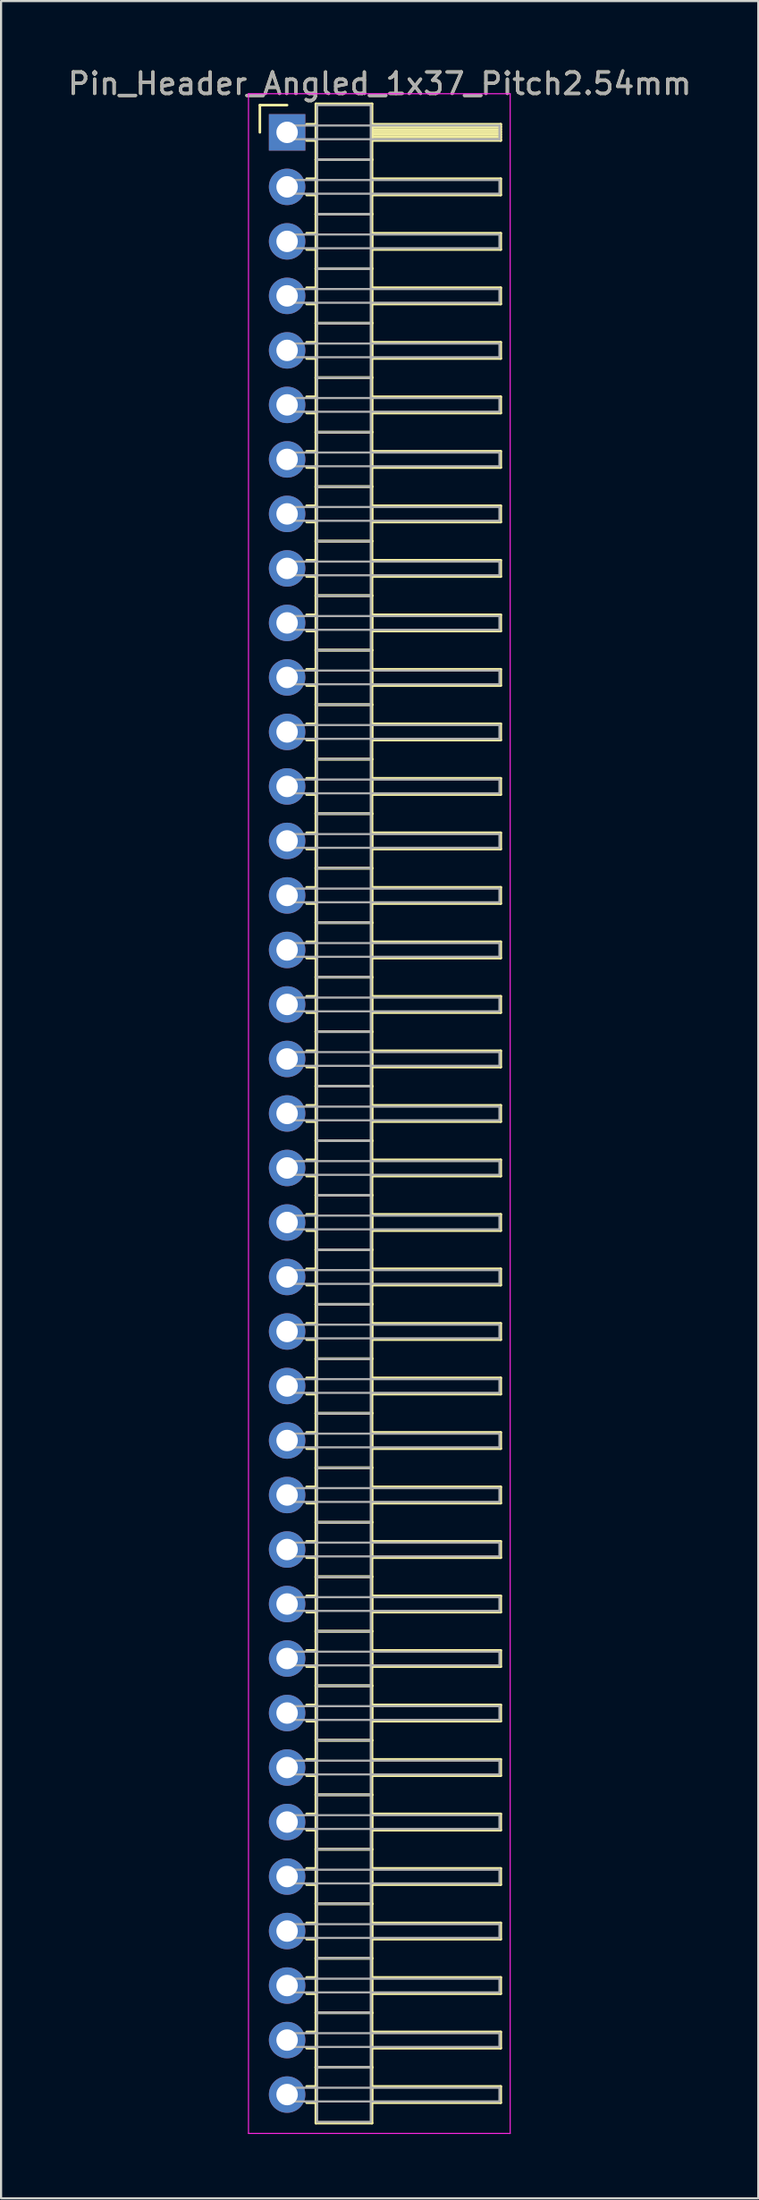
<source format=kicad_pcb>
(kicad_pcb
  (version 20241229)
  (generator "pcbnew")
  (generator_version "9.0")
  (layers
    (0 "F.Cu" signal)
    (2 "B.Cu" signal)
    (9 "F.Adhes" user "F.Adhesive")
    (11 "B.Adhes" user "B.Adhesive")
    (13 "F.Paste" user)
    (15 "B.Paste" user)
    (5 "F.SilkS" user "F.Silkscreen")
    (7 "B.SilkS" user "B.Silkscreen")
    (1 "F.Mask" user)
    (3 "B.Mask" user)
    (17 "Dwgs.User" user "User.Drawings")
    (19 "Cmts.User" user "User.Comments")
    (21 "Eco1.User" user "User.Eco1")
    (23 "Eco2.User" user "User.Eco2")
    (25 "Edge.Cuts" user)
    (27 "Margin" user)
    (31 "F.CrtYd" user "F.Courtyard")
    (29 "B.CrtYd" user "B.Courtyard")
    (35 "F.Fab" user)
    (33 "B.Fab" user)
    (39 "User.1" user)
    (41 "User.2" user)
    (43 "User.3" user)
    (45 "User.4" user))
  (footprint "Pin_Header_Angled_1x37_Pitch2.54mm"
    (layer "F.Cu")
    (at 10.334 3.118)
    (property "Reference" "Pin_Header_Angled_1x37_Pitch2.54mm" (at 4.315 -2.27 0) (layer "F.SilkS") (effects (font (size 1 1) (thickness 0.15))))
    (attr through_hole)
    (fp_line (start -1.27 -1.27) (end 0 -1.27) (stroke (width 0.12) (type solid)) (layer "F.SilkS"))
    (fp_line (start -1.27 0) (end -1.27 -1.27) (stroke (width 0.12) (type solid)) (layer "F.SilkS"))
    (fp_line (start 0.91 -0.38) (end 1.34 -0.38) (stroke (width 0.12) (type solid)) (layer "F.SilkS"))
    (fp_line (start 0.91 0.38) (end 1.34 0.38) (stroke (width 0.12) (type solid)) (layer "F.SilkS"))
    (fp_line (start 0.91 2.16) (end 1.34 2.16) (stroke (width 0.12) (type solid)) (layer "F.SilkS"))
    (fp_line (start 0.91 2.92) (end 1.34 2.92) (stroke (width 0.12) (type solid)) (layer "F.SilkS"))
    (fp_line (start 0.91 4.7) (end 1.34 4.7) (stroke (width 0.12) (type solid)) (layer "F.SilkS"))
    (fp_line (start 0.91 5.46) (end 1.34 5.46) (stroke (width 0.12) (type solid)) (layer "F.SilkS"))
    (fp_line (start 0.91 7.24) (end 1.34 7.24) (stroke (width 0.12) (type solid)) (layer "F.SilkS"))
    (fp_line (start 0.91 8) (end 1.34 8) (stroke (width 0.12) (type solid)) (layer "F.SilkS"))
    (fp_line (start 0.91 9.78) (end 1.34 9.78) (stroke (width 0.12) (type solid)) (layer "F.SilkS"))
    (fp_line (start 0.91 10.54) (end 1.34 10.54) (stroke (width 0.12) (type solid)) (layer "F.SilkS"))
    (fp_line (start 0.91 12.32) (end 1.34 12.32) (stroke (width 0.12) (type solid)) (layer "F.SilkS"))
    (fp_line (start 0.91 13.08) (end 1.34 13.08) (stroke (width 0.12) (type solid)) (layer "F.SilkS"))
    (fp_line (start 0.91 14.86) (end 1.34 14.86) (stroke (width 0.12) (type solid)) (layer "F.SilkS"))
    (fp_line (start 0.91 15.62) (end 1.34 15.62) (stroke (width 0.12) (type solid)) (layer "F.SilkS"))
    (fp_line (start 0.91 17.4) (end 1.34 17.4) (stroke (width 0.12) (type solid)) (layer "F.SilkS"))
    (fp_line (start 0.91 18.16) (end 1.34 18.16) (stroke (width 0.12) (type solid)) (layer "F.SilkS"))
    (fp_line (start 0.91 19.94) (end 1.34 19.94) (stroke (width 0.12) (type solid)) (layer "F.SilkS"))
    (fp_line (start 0.91 20.7) (end 1.34 20.7) (stroke (width 0.12) (type solid)) (layer "F.SilkS"))
    (fp_line (start 0.91 22.48) (end 1.34 22.48) (stroke (width 0.12) (type solid)) (layer "F.SilkS"))
    (fp_line (start 0.91 23.24) (end 1.34 23.24) (stroke (width 0.12) (type solid)) (layer "F.SilkS"))
    (fp_line (start 0.91 25.02) (end 1.34 25.02) (stroke (width 0.12) (type solid)) (layer "F.SilkS"))
    (fp_line (start 0.91 25.78) (end 1.34 25.78) (stroke (width 0.12) (type solid)) (layer "F.SilkS"))
    (fp_line (start 0.91 27.56) (end 1.34 27.56) (stroke (width 0.12) (type solid)) (layer "F.SilkS"))
    (fp_line (start 0.91 28.32) (end 1.34 28.32) (stroke (width 0.12) (type solid)) (layer "F.SilkS"))
    (fp_line (start 0.91 30.1) (end 1.34 30.1) (stroke (width 0.12) (type solid)) (layer "F.SilkS"))
    (fp_line (start 0.91 30.86) (end 1.34 30.86) (stroke (width 0.12) (type solid)) (layer "F.SilkS"))
    (fp_line (start 0.91 32.64) (end 1.34 32.64) (stroke (width 0.12) (type solid)) (layer "F.SilkS"))
    (fp_line (start 0.91 33.4) (end 1.34 33.4) (stroke (width 0.12) (type solid)) (layer "F.SilkS"))
    (fp_line (start 0.91 35.18) (end 1.34 35.18) (stroke (width 0.12) (type solid)) (layer "F.SilkS"))
    (fp_line (start 0.91 35.94) (end 1.34 35.94) (stroke (width 0.12) (type solid)) (layer "F.SilkS"))
    (fp_line (start 0.91 37.72) (end 1.34 37.72) (stroke (width 0.12) (type solid)) (layer "F.SilkS"))
    (fp_line (start 0.91 38.48) (end 1.34 38.48) (stroke (width 0.12) (type solid)) (layer "F.SilkS"))
    (fp_line (start 0.91 40.26) (end 1.34 40.26) (stroke (width 0.12) (type solid)) (layer "F.SilkS"))
    (fp_line (start 0.91 41.02) (end 1.34 41.02) (stroke (width 0.12) (type solid)) (layer "F.SilkS"))
    (fp_line (start 0.91 42.8) (end 1.34 42.8) (stroke (width 0.12) (type solid)) (layer "F.SilkS"))
    (fp_line (start 0.91 43.56) (end 1.34 43.56) (stroke (width 0.12) (type solid)) (layer "F.SilkS"))
    (fp_line (start 0.91 45.34) (end 1.34 45.34) (stroke (width 0.12) (type solid)) (layer "F.SilkS"))
    (fp_line (start 0.91 46.1) (end 1.34 46.1) (stroke (width 0.12) (type solid)) (layer "F.SilkS"))
    (fp_line (start 0.91 47.88) (end 1.34 47.88) (stroke (width 0.12) (type solid)) (layer "F.SilkS"))
    (fp_line (start 0.91 48.64) (end 1.34 48.64) (stroke (width 0.12) (type solid)) (layer "F.SilkS"))
    (fp_line (start 0.91 50.42) (end 1.34 50.42) (stroke (width 0.12) (type solid)) (layer "F.SilkS"))
    (fp_line (start 0.91 51.18) (end 1.34 51.18) (stroke (width 0.12) (type solid)) (layer "F.SilkS"))
    (fp_line (start 0.91 52.96) (end 1.34 52.96) (stroke (width 0.12) (type solid)) (layer "F.SilkS"))
    (fp_line (start 0.91 53.72) (end 1.34 53.72) (stroke (width 0.12) (type solid)) (layer "F.SilkS"))
    (fp_line (start 0.91 55.5) (end 1.34 55.5) (stroke (width 0.12) (type solid)) (layer "F.SilkS"))
    (fp_line (start 0.91 56.26) (end 1.34 56.26) (stroke (width 0.12) (type solid)) (layer "F.SilkS"))
    (fp_line (start 0.91 58.04) (end 1.34 58.04) (stroke (width 0.12) (type solid)) (layer "F.SilkS"))
    (fp_line (start 0.91 58.8) (end 1.34 58.8) (stroke (width 0.12) (type solid)) (layer "F.SilkS"))
    (fp_line (start 0.91 60.58) (end 1.34 60.58) (stroke (width 0.12) (type solid)) (layer "F.SilkS"))
    (fp_line (start 0.91 61.34) (end 1.34 61.34) (stroke (width 0.12) (type solid)) (layer "F.SilkS"))
    (fp_line (start 0.91 63.12) (end 1.34 63.12) (stroke (width 0.12) (type solid)) (layer "F.SilkS"))
    (fp_line (start 0.91 63.88) (end 1.34 63.88) (stroke (width 0.12) (type solid)) (layer "F.SilkS"))
    (fp_line (start 0.91 65.66) (end 1.34 65.66) (stroke (width 0.12) (type solid)) (layer "F.SilkS"))
    (fp_line (start 0.91 66.42) (end 1.34 66.42) (stroke (width 0.12) (type solid)) (layer "F.SilkS"))
    (fp_line (start 0.91 68.2) (end 1.34 68.2) (stroke (width 0.12) (type solid)) (layer "F.SilkS"))
    (fp_line (start 0.91 68.96) (end 1.34 68.96) (stroke (width 0.12) (type solid)) (layer "F.SilkS"))
    (fp_line (start 0.91 70.74) (end 1.34 70.74) (stroke (width 0.12) (type solid)) (layer "F.SilkS"))
    (fp_line (start 0.91 71.5) (end 1.34 71.5) (stroke (width 0.12) (type solid)) (layer "F.SilkS"))
    (fp_line (start 0.91 73.28) (end 1.34 73.28) (stroke (width 0.12) (type solid)) (layer "F.SilkS"))
    (fp_line (start 0.91 74.04) (end 1.34 74.04) (stroke (width 0.12) (type solid)) (layer "F.SilkS"))
    (fp_line (start 0.91 75.82) (end 1.34 75.82) (stroke (width 0.12) (type solid)) (layer "F.SilkS"))
    (fp_line (start 0.91 76.58) (end 1.34 76.58) (stroke (width 0.12) (type solid)) (layer "F.SilkS"))
    (fp_line (start 0.91 78.36) (end 1.34 78.36) (stroke (width 0.12) (type solid)) (layer "F.SilkS"))
    (fp_line (start 0.91 79.12) (end 1.34 79.12) (stroke (width 0.12) (type solid)) (layer "F.SilkS"))
    (fp_line (start 0.91 80.9) (end 1.34 80.9) (stroke (width 0.12) (type solid)) (layer "F.SilkS"))
    (fp_line (start 0.91 81.66) (end 1.34 81.66) (stroke (width 0.12) (type solid)) (layer "F.SilkS"))
    (fp_line (start 0.91 83.44) (end 1.34 83.44) (stroke (width 0.12) (type solid)) (layer "F.SilkS"))
    (fp_line (start 0.91 84.2) (end 1.34 84.2) (stroke (width 0.12) (type solid)) (layer "F.SilkS"))
    (fp_line (start 0.91 85.98) (end 1.34 85.98) (stroke (width 0.12) (type solid)) (layer "F.SilkS"))
    (fp_line (start 0.91 86.74) (end 1.34 86.74) (stroke (width 0.12) (type solid)) (layer "F.SilkS"))
    (fp_line (start 0.91 88.52) (end 1.34 88.52) (stroke (width 0.12) (type solid)) (layer "F.SilkS"))
    (fp_line (start 0.91 89.28) (end 1.34 89.28) (stroke (width 0.12) (type solid)) (layer "F.SilkS"))
    (fp_line (start 0.91 91.06) (end 1.34 91.06) (stroke (width 0.12) (type solid)) (layer "F.SilkS"))
    (fp_line (start 0.91 91.82) (end 1.34 91.82) (stroke (width 0.12) (type solid)) (layer "F.SilkS"))
    (fp_line (start 1.34 -1.33) (end 1.34 1.27) (stroke (width 0.12) (type solid)) (layer "F.SilkS"))
    (fp_line (start 1.34 1.27) (end 1.34 3.81) (stroke (width 0.12) (type solid)) (layer "F.SilkS"))
    (fp_line (start 1.34 1.27) (end 3.96 1.27) (stroke (width 0.12) (type solid)) (layer "F.SilkS"))
    (fp_line (start 1.34 3.81) (end 1.34 6.35) (stroke (width 0.12) (type solid)) (layer "F.SilkS"))
    (fp_line (start 1.34 3.81) (end 3.96 3.81) (stroke (width 0.12) (type solid)) (layer "F.SilkS"))
    (fp_line (start 1.34 6.35) (end 1.34 8.89) (stroke (width 0.12) (type solid)) (layer "F.SilkS"))
    (fp_line (start 1.34 6.35) (end 3.96 6.35) (stroke (width 0.12) (type solid)) (layer "F.SilkS"))
    (fp_line (start 1.34 8.89) (end 1.34 11.43) (stroke (width 0.12) (type solid)) (layer "F.SilkS"))
    (fp_line (start 1.34 8.89) (end 3.96 8.89) (stroke (width 0.12) (type solid)) (layer "F.SilkS"))
    (fp_line (start 1.34 11.43) (end 1.34 13.97) (stroke (width 0.12) (type solid)) (layer "F.SilkS"))
    (fp_line (start 1.34 11.43) (end 3.96 11.43) (stroke (width 0.12) (type solid)) (layer "F.SilkS"))
    (fp_line (start 1.34 13.97) (end 1.34 16.51) (stroke (width 0.12) (type solid)) (layer "F.SilkS"))
    (fp_line (start 1.34 13.97) (end 3.96 13.97) (stroke (width 0.12) (type solid)) (layer "F.SilkS"))
    (fp_line (start 1.34 16.51) (end 1.34 19.05) (stroke (width 0.12) (type solid)) (layer "F.SilkS"))
    (fp_line (start 1.34 16.51) (end 3.96 16.51) (stroke (width 0.12) (type solid)) (layer "F.SilkS"))
    (fp_line (start 1.34 19.05) (end 1.34 21.59) (stroke (width 0.12) (type solid)) (layer "F.SilkS"))
    (fp_line (start 1.34 19.05) (end 3.96 19.05) (stroke (width 0.12) (type solid)) (layer "F.SilkS"))
    (fp_line (start 1.34 21.59) (end 1.34 24.13) (stroke (width 0.12) (type solid)) (layer "F.SilkS"))
    (fp_line (start 1.34 21.59) (end 3.96 21.59) (stroke (width 0.12) (type solid)) (layer "F.SilkS"))
    (fp_line (start 1.34 24.13) (end 1.34 26.67) (stroke (width 0.12) (type solid)) (layer "F.SilkS"))
    (fp_line (start 1.34 24.13) (end 3.96 24.13) (stroke (width 0.12) (type solid)) (layer "F.SilkS"))
    (fp_line (start 1.34 26.67) (end 1.34 29.21) (stroke (width 0.12) (type solid)) (layer "F.SilkS"))
    (fp_line (start 1.34 26.67) (end 3.96 26.67) (stroke (width 0.12) (type solid)) (layer "F.SilkS"))
    (fp_line (start 1.34 29.21) (end 1.34 31.75) (stroke (width 0.12) (type solid)) (layer "F.SilkS"))
    (fp_line (start 1.34 29.21) (end 3.96 29.21) (stroke (width 0.12) (type solid)) (layer "F.SilkS"))
    (fp_line (start 1.34 31.75) (end 1.34 34.29) (stroke (width 0.12) (type solid)) (layer "F.SilkS"))
    (fp_line (start 1.34 31.75) (end 3.96 31.75) (stroke (width 0.12) (type solid)) (layer "F.SilkS"))
    (fp_line (start 1.34 34.29) (end 1.34 36.83) (stroke (width 0.12) (type solid)) (layer "F.SilkS"))
    (fp_line (start 1.34 34.29) (end 3.96 34.29) (stroke (width 0.12) (type solid)) (layer "F.SilkS"))
    (fp_line (start 1.34 36.83) (end 1.34 39.37) (stroke (width 0.12) (type solid)) (layer "F.SilkS"))
    (fp_line (start 1.34 36.83) (end 3.96 36.83) (stroke (width 0.12) (type solid)) (layer "F.SilkS"))
    (fp_line (start 1.34 39.37) (end 1.34 41.91) (stroke (width 0.12) (type solid)) (layer "F.SilkS"))
    (fp_line (start 1.34 39.37) (end 3.96 39.37) (stroke (width 0.12) (type solid)) (layer "F.SilkS"))
    (fp_line (start 1.34 41.91) (end 1.34 44.45) (stroke (width 0.12) (type solid)) (layer "F.SilkS"))
    (fp_line (start 1.34 41.91) (end 3.96 41.91) (stroke (width 0.12) (type solid)) (layer "F.SilkS"))
    (fp_line (start 1.34 44.45) (end 1.34 46.99) (stroke (width 0.12) (type solid)) (layer "F.SilkS"))
    (fp_line (start 1.34 44.45) (end 3.96 44.45) (stroke (width 0.12) (type solid)) (layer "F.SilkS"))
    (fp_line (start 1.34 46.99) (end 1.34 49.53) (stroke (width 0.12) (type solid)) (layer "F.SilkS"))
    (fp_line (start 1.34 46.99) (end 3.96 46.99) (stroke (width 0.12) (type solid)) (layer "F.SilkS"))
    (fp_line (start 1.34 49.53) (end 1.34 52.07) (stroke (width 0.12) (type solid)) (layer "F.SilkS"))
    (fp_line (start 1.34 49.53) (end 3.96 49.53) (stroke (width 0.12) (type solid)) (layer "F.SilkS"))
    (fp_line (start 1.34 52.07) (end 1.34 54.61) (stroke (width 0.12) (type solid)) (layer "F.SilkS"))
    (fp_line (start 1.34 52.07) (end 3.96 52.07) (stroke (width 0.12) (type solid)) (layer "F.SilkS"))
    (fp_line (start 1.34 54.61) (end 1.34 57.15) (stroke (width 0.12) (type solid)) (layer "F.SilkS"))
    (fp_line (start 1.34 54.61) (end 3.96 54.61) (stroke (width 0.12) (type solid)) (layer "F.SilkS"))
    (fp_line (start 1.34 57.15) (end 1.34 59.69) (stroke (width 0.12) (type solid)) (layer "F.SilkS"))
    (fp_line (start 1.34 57.15) (end 3.96 57.15) (stroke (width 0.12) (type solid)) (layer "F.SilkS"))
    (fp_line (start 1.34 59.69) (end 1.34 62.23) (stroke (width 0.12) (type solid)) (layer "F.SilkS"))
    (fp_line (start 1.34 59.69) (end 3.96 59.69) (stroke (width 0.12) (type solid)) (layer "F.SilkS"))
    (fp_line (start 1.34 62.23) (end 1.34 64.77) (stroke (width 0.12) (type solid)) (layer "F.SilkS"))
    (fp_line (start 1.34 62.23) (end 3.96 62.23) (stroke (width 0.12) (type solid)) (layer "F.SilkS"))
    (fp_line (start 1.34 64.77) (end 1.34 67.31) (stroke (width 0.12) (type solid)) (layer "F.SilkS"))
    (fp_line (start 1.34 64.77) (end 3.96 64.77) (stroke (width 0.12) (type solid)) (layer "F.SilkS"))
    (fp_line (start 1.34 67.31) (end 1.34 69.85) (stroke (width 0.12) (type solid)) (layer "F.SilkS"))
    (fp_line (start 1.34 67.31) (end 3.96 67.31) (stroke (width 0.12) (type solid)) (layer "F.SilkS"))
    (fp_line (start 1.34 69.85) (end 1.34 72.39) (stroke (width 0.12) (type solid)) (layer "F.SilkS"))
    (fp_line (start 1.34 69.85) (end 3.96 69.85) (stroke (width 0.12) (type solid)) (layer "F.SilkS"))
    (fp_line (start 1.34 72.39) (end 1.34 74.93) (stroke (width 0.12) (type solid)) (layer "F.SilkS"))
    (fp_line (start 1.34 72.39) (end 3.96 72.39) (stroke (width 0.12) (type solid)) (layer "F.SilkS"))
    (fp_line (start 1.34 74.93) (end 1.34 77.47) (stroke (width 0.12) (type solid)) (layer "F.SilkS"))
    (fp_line (start 1.34 74.93) (end 3.96 74.93) (stroke (width 0.12) (type solid)) (layer "F.SilkS"))
    (fp_line (start 1.34 77.47) (end 1.34 80.01) (stroke (width 0.12) (type solid)) (layer "F.SilkS"))
    (fp_line (start 1.34 77.47) (end 3.96 77.47) (stroke (width 0.12) (type solid)) (layer "F.SilkS"))
    (fp_line (start 1.34 80.01) (end 1.34 82.55) (stroke (width 0.12) (type solid)) (layer "F.SilkS"))
    (fp_line (start 1.34 80.01) (end 3.96 80.01) (stroke (width 0.12) (type solid)) (layer "F.SilkS"))
    (fp_line (start 1.34 82.55) (end 1.34 85.09) (stroke (width 0.12) (type solid)) (layer "F.SilkS"))
    (fp_line (start 1.34 82.55) (end 3.96 82.55) (stroke (width 0.12) (type solid)) (layer "F.SilkS"))
    (fp_line (start 1.34 85.09) (end 1.34 87.63) (stroke (width 0.12) (type solid)) (layer "F.SilkS"))
    (fp_line (start 1.34 85.09) (end 3.96 85.09) (stroke (width 0.12) (type solid)) (layer "F.SilkS"))
    (fp_line (start 1.34 87.63) (end 1.34 90.17) (stroke (width 0.12) (type solid)) (layer "F.SilkS"))
    (fp_line (start 1.34 87.63) (end 3.96 87.63) (stroke (width 0.12) (type solid)) (layer "F.SilkS"))
    (fp_line (start 1.34 90.17) (end 1.34 92.77) (stroke (width 0.12) (type solid)) (layer "F.SilkS"))
    (fp_line (start 1.34 90.17) (end 3.96 90.17) (stroke (width 0.12) (type solid)) (layer "F.SilkS"))
    (fp_line (start 1.34 92.77) (end 3.96 92.77) (stroke (width 0.12) (type solid)) (layer "F.SilkS"))
    (fp_line (start 3.96 -1.33) (end 1.34 -1.33) (stroke (width 0.12) (type solid)) (layer "F.SilkS"))
    (fp_line (start 3.96 -0.38) (end 3.96 0.38) (stroke (width 0.12) (type solid)) (layer "F.SilkS"))
    (fp_line (start 3.96 -0.26) (end 9.96 -0.26) (stroke (width 0.12) (type solid)) (layer "F.SilkS"))
    (fp_line (start 3.96 -0.14) (end 9.96 -0.14) (stroke (width 0.12) (type solid)) (layer "F.SilkS"))
    (fp_line (start 3.96 -0.02) (end 9.96 -0.02) (stroke (width 0.12) (type solid)) (layer "F.SilkS"))
    (fp_line (start 3.96 0.1) (end 9.96 0.1) (stroke (width 0.12) (type solid)) (layer "F.SilkS"))
    (fp_line (start 3.96 0.22) (end 9.96 0.22) (stroke (width 0.12) (type solid)) (layer "F.SilkS"))
    (fp_line (start 3.96 0.34) (end 9.96 0.34) (stroke (width 0.12) (type solid)) (layer "F.SilkS"))
    (fp_line (start 3.96 0.38) (end 9.96 0.38) (stroke (width 0.12) (type solid)) (layer "F.SilkS"))
    (fp_line (start 3.96 1.27) (end 1.34 1.27) (stroke (width 0.12) (type solid)) (layer "F.SilkS"))
    (fp_line (start 3.96 1.27) (end 3.96 -1.33) (stroke (width 0.12) (type solid)) (layer "F.SilkS"))
    (fp_line (start 3.96 2.16) (end 3.96 2.92) (stroke (width 0.12) (type solid)) (layer "F.SilkS"))
    (fp_line (start 3.96 2.92) (end 9.96 2.92) (stroke (width 0.12) (type solid)) (layer "F.SilkS"))
    (fp_line (start 3.96 3.81) (end 1.34 3.81) (stroke (width 0.12) (type solid)) (layer "F.SilkS"))
    (fp_line (start 3.96 3.81) (end 3.96 1.27) (stroke (width 0.12) (type solid)) (layer "F.SilkS"))
    (fp_line (start 3.96 4.7) (end 3.96 5.46) (stroke (width 0.12) (type solid)) (layer "F.SilkS"))
    (fp_line (start 3.96 5.46) (end 9.96 5.46) (stroke (width 0.12) (type solid)) (layer "F.SilkS"))
    (fp_line (start 3.96 6.35) (end 1.34 6.35) (stroke (width 0.12) (type solid)) (layer "F.SilkS"))
    (fp_line (start 3.96 6.35) (end 3.96 3.81) (stroke (width 0.12) (type solid)) (layer "F.SilkS"))
    (fp_line (start 3.96 7.24) (end 3.96 8) (stroke (width 0.12) (type solid)) (layer "F.SilkS"))
    (fp_line (start 3.96 8) (end 9.96 8) (stroke (width 0.12) (type solid)) (layer "F.SilkS"))
    (fp_line (start 3.96 8.89) (end 1.34 8.89) (stroke (width 0.12) (type solid)) (layer "F.SilkS"))
    (fp_line (start 3.96 8.89) (end 3.96 6.35) (stroke (width 0.12) (type solid)) (layer "F.SilkS"))
    (fp_line (start 3.96 9.78) (end 3.96 10.54) (stroke (width 0.12) (type solid)) (layer "F.SilkS"))
    (fp_line (start 3.96 10.54) (end 9.96 10.54) (stroke (width 0.12) (type solid)) (layer "F.SilkS"))
    (fp_line (start 3.96 11.43) (end 1.34 11.43) (stroke (width 0.12) (type solid)) (layer "F.SilkS"))
    (fp_line (start 3.96 11.43) (end 3.96 8.89) (stroke (width 0.12) (type solid)) (layer "F.SilkS"))
    (fp_line (start 3.96 12.32) (end 3.96 13.08) (stroke (width 0.12) (type solid)) (layer "F.SilkS"))
    (fp_line (start 3.96 13.08) (end 9.96 13.08) (stroke (width 0.12) (type solid)) (layer "F.SilkS"))
    (fp_line (start 3.96 13.97) (end 1.34 13.97) (stroke (width 0.12) (type solid)) (layer "F.SilkS"))
    (fp_line (start 3.96 13.97) (end 3.96 11.43) (stroke (width 0.12) (type solid)) (layer "F.SilkS"))
    (fp_line (start 3.96 14.86) (end 3.96 15.62) (stroke (width 0.12) (type solid)) (layer "F.SilkS"))
    (fp_line (start 3.96 15.62) (end 9.96 15.62) (stroke (width 0.12) (type solid)) (layer "F.SilkS"))
    (fp_line (start 3.96 16.51) (end 1.34 16.51) (stroke (width 0.12) (type solid)) (layer "F.SilkS"))
    (fp_line (start 3.96 16.51) (end 3.96 13.97) (stroke (width 0.12) (type solid)) (layer "F.SilkS"))
    (fp_line (start 3.96 17.4) (end 3.96 18.16) (stroke (width 0.12) (type solid)) (layer "F.SilkS"))
    (fp_line (start 3.96 18.16) (end 9.96 18.16) (stroke (width 0.12) (type solid)) (layer "F.SilkS"))
    (fp_line (start 3.96 19.05) (end 1.34 19.05) (stroke (width 0.12) (type solid)) (layer "F.SilkS"))
    (fp_line (start 3.96 19.05) (end 3.96 16.51) (stroke (width 0.12) (type solid)) (layer "F.SilkS"))
    (fp_line (start 3.96 19.94) (end 3.96 20.7) (stroke (width 0.12) (type solid)) (layer "F.SilkS"))
    (fp_line (start 3.96 20.7) (end 9.96 20.7) (stroke (width 0.12) (type solid)) (layer "F.SilkS"))
    (fp_line (start 3.96 21.59) (end 1.34 21.59) (stroke (width 0.12) (type solid)) (layer "F.SilkS"))
    (fp_line (start 3.96 21.59) (end 3.96 19.05) (stroke (width 0.12) (type solid)) (layer "F.SilkS"))
    (fp_line (start 3.96 22.48) (end 3.96 23.24) (stroke (width 0.12) (type solid)) (layer "F.SilkS"))
    (fp_line (start 3.96 23.24) (end 9.96 23.24) (stroke (width 0.12) (type solid)) (layer "F.SilkS"))
    (fp_line (start 3.96 24.13) (end 1.34 24.13) (stroke (width 0.12) (type solid)) (layer "F.SilkS"))
    (fp_line (start 3.96 24.13) (end 3.96 21.59) (stroke (width 0.12) (type solid)) (layer "F.SilkS"))
    (fp_line (start 3.96 25.02) (end 3.96 25.78) (stroke (width 0.12) (type solid)) (layer "F.SilkS"))
    (fp_line (start 3.96 25.78) (end 9.96 25.78) (stroke (width 0.12) (type solid)) (layer "F.SilkS"))
    (fp_line (start 3.96 26.67) (end 1.34 26.67) (stroke (width 0.12) (type solid)) (layer "F.SilkS"))
    (fp_line (start 3.96 26.67) (end 3.96 24.13) (stroke (width 0.12) (type solid)) (layer "F.SilkS"))
    (fp_line (start 3.96 27.56) (end 3.96 28.32) (stroke (width 0.12) (type solid)) (layer "F.SilkS"))
    (fp_line (start 3.96 28.32) (end 9.96 28.32) (stroke (width 0.12) (type solid)) (layer "F.SilkS"))
    (fp_line (start 3.96 29.21) (end 1.34 29.21) (stroke (width 0.12) (type solid)) (layer "F.SilkS"))
    (fp_line (start 3.96 29.21) (end 3.96 26.67) (stroke (width 0.12) (type solid)) (layer "F.SilkS"))
    (fp_line (start 3.96 30.1) (end 3.96 30.86) (stroke (width 0.12) (type solid)) (layer "F.SilkS"))
    (fp_line (start 3.96 30.86) (end 9.96 30.86) (stroke (width 0.12) (type solid)) (layer "F.SilkS"))
    (fp_line (start 3.96 31.75) (end 1.34 31.75) (stroke (width 0.12) (type solid)) (layer "F.SilkS"))
    (fp_line (start 3.96 31.75) (end 3.96 29.21) (stroke (width 0.12) (type solid)) (layer "F.SilkS"))
    (fp_line (start 3.96 32.64) (end 3.96 33.4) (stroke (width 0.12) (type solid)) (layer "F.SilkS"))
    (fp_line (start 3.96 33.4) (end 9.96 33.4) (stroke (width 0.12) (type solid)) (layer "F.SilkS"))
    (fp_line (start 3.96 34.29) (end 1.34 34.29) (stroke (width 0.12) (type solid)) (layer "F.SilkS"))
    (fp_line (start 3.96 34.29) (end 3.96 31.75) (stroke (width 0.12) (type solid)) (layer "F.SilkS"))
    (fp_line (start 3.96 35.18) (end 3.96 35.94) (stroke (width 0.12) (type solid)) (layer "F.SilkS"))
    (fp_line (start 3.96 35.94) (end 9.96 35.94) (stroke (width 0.12) (type solid)) (layer "F.SilkS"))
    (fp_line (start 3.96 36.83) (end 1.34 36.83) (stroke (width 0.12) (type solid)) (layer "F.SilkS"))
    (fp_line (start 3.96 36.83) (end 3.96 34.29) (stroke (width 0.12) (type solid)) (layer "F.SilkS"))
    (fp_line (start 3.96 37.72) (end 3.96 38.48) (stroke (width 0.12) (type solid)) (layer "F.SilkS"))
    (fp_line (start 3.96 38.48) (end 9.96 38.48) (stroke (width 0.12) (type solid)) (layer "F.SilkS"))
    (fp_line (start 3.96 39.37) (end 1.34 39.37) (stroke (width 0.12) (type solid)) (layer "F.SilkS"))
    (fp_line (start 3.96 39.37) (end 3.96 36.83) (stroke (width 0.12) (type solid)) (layer "F.SilkS"))
    (fp_line (start 3.96 40.26) (end 3.96 41.02) (stroke (width 0.12) (type solid)) (layer "F.SilkS"))
    (fp_line (start 3.96 41.02) (end 9.96 41.02) (stroke (width 0.12) (type solid)) (layer "F.SilkS"))
    (fp_line (start 3.96 41.91) (end 1.34 41.91) (stroke (width 0.12) (type solid)) (layer "F.SilkS"))
    (fp_line (start 3.96 41.91) (end 3.96 39.37) (stroke (width 0.12) (type solid)) (layer "F.SilkS"))
    (fp_line (start 3.96 42.8) (end 3.96 43.56) (stroke (width 0.12) (type solid)) (layer "F.SilkS"))
    (fp_line (start 3.96 43.56) (end 9.96 43.56) (stroke (width 0.12) (type solid)) (layer "F.SilkS"))
    (fp_line (start 3.96 44.45) (end 1.34 44.45) (stroke (width 0.12) (type solid)) (layer "F.SilkS"))
    (fp_line (start 3.96 44.45) (end 3.96 41.91) (stroke (width 0.12) (type solid)) (layer "F.SilkS"))
    (fp_line (start 3.96 45.34) (end 3.96 46.1) (stroke (width 0.12) (type solid)) (layer "F.SilkS"))
    (fp_line (start 3.96 46.1) (end 9.96 46.1) (stroke (width 0.12) (type solid)) (layer "F.SilkS"))
    (fp_line (start 3.96 46.99) (end 1.34 46.99) (stroke (width 0.12) (type solid)) (layer "F.SilkS"))
    (fp_line (start 3.96 46.99) (end 3.96 44.45) (stroke (width 0.12) (type solid)) (layer "F.SilkS"))
    (fp_line (start 3.96 47.88) (end 3.96 48.64) (stroke (width 0.12) (type solid)) (layer "F.SilkS"))
    (fp_line (start 3.96 48.64) (end 9.96 48.64) (stroke (width 0.12) (type solid)) (layer "F.SilkS"))
    (fp_line (start 3.96 49.53) (end 1.34 49.53) (stroke (width 0.12) (type solid)) (layer "F.SilkS"))
    (fp_line (start 3.96 49.53) (end 3.96 46.99) (stroke (width 0.12) (type solid)) (layer "F.SilkS"))
    (fp_line (start 3.96 50.42) (end 3.96 51.18) (stroke (width 0.12) (type solid)) (layer "F.SilkS"))
    (fp_line (start 3.96 51.18) (end 9.96 51.18) (stroke (width 0.12) (type solid)) (layer "F.SilkS"))
    (fp_line (start 3.96 52.07) (end 1.34 52.07) (stroke (width 0.12) (type solid)) (layer "F.SilkS"))
    (fp_line (start 3.96 52.07) (end 3.96 49.53) (stroke (width 0.12) (type solid)) (layer "F.SilkS"))
    (fp_line (start 3.96 52.96) (end 3.96 53.72) (stroke (width 0.12) (type solid)) (layer "F.SilkS"))
    (fp_line (start 3.96 53.72) (end 9.96 53.72) (stroke (width 0.12) (type solid)) (layer "F.SilkS"))
    (fp_line (start 3.96 54.61) (end 1.34 54.61) (stroke (width 0.12) (type solid)) (layer "F.SilkS"))
    (fp_line (start 3.96 54.61) (end 3.96 52.07) (stroke (width 0.12) (type solid)) (layer "F.SilkS"))
    (fp_line (start 3.96 55.5) (end 3.96 56.26) (stroke (width 0.12) (type solid)) (layer "F.SilkS"))
    (fp_line (start 3.96 56.26) (end 9.96 56.26) (stroke (width 0.12) (type solid)) (layer "F.SilkS"))
    (fp_line (start 3.96 57.15) (end 1.34 57.15) (stroke (width 0.12) (type solid)) (layer "F.SilkS"))
    (fp_line (start 3.96 57.15) (end 3.96 54.61) (stroke (width 0.12) (type solid)) (layer "F.SilkS"))
    (fp_line (start 3.96 58.04) (end 3.96 58.8) (stroke (width 0.12) (type solid)) (layer "F.SilkS"))
    (fp_line (start 3.96 58.8) (end 9.96 58.8) (stroke (width 0.12) (type solid)) (layer "F.SilkS"))
    (fp_line (start 3.96 59.69) (end 1.34 59.69) (stroke (width 0.12) (type solid)) (layer "F.SilkS"))
    (fp_line (start 3.96 59.69) (end 3.96 57.15) (stroke (width 0.12) (type solid)) (layer "F.SilkS"))
    (fp_line (start 3.96 60.58) (end 3.96 61.34) (stroke (width 0.12) (type solid)) (layer "F.SilkS"))
    (fp_line (start 3.96 61.34) (end 9.96 61.34) (stroke (width 0.12) (type solid)) (layer "F.SilkS"))
    (fp_line (start 3.96 62.23) (end 1.34 62.23) (stroke (width 0.12) (type solid)) (layer "F.SilkS"))
    (fp_line (start 3.96 62.23) (end 3.96 59.69) (stroke (width 0.12) (type solid)) (layer "F.SilkS"))
    (fp_line (start 3.96 63.12) (end 3.96 63.88) (stroke (width 0.12) (type solid)) (layer "F.SilkS"))
    (fp_line (start 3.96 63.88) (end 9.96 63.88) (stroke (width 0.12) (type solid)) (layer "F.SilkS"))
    (fp_line (start 3.96 64.77) (end 1.34 64.77) (stroke (width 0.12) (type solid)) (layer "F.SilkS"))
    (fp_line (start 3.96 64.77) (end 3.96 62.23) (stroke (width 0.12) (type solid)) (layer "F.SilkS"))
    (fp_line (start 3.96 65.66) (end 3.96 66.42) (stroke (width 0.12) (type solid)) (layer "F.SilkS"))
    (fp_line (start 3.96 66.42) (end 9.96 66.42) (stroke (width 0.12) (type solid)) (layer "F.SilkS"))
    (fp_line (start 3.96 67.31) (end 1.34 67.31) (stroke (width 0.12) (type solid)) (layer "F.SilkS"))
    (fp_line (start 3.96 67.31) (end 3.96 64.77) (stroke (width 0.12) (type solid)) (layer "F.SilkS"))
    (fp_line (start 3.96 68.2) (end 3.96 68.96) (stroke (width 0.12) (type solid)) (layer "F.SilkS"))
    (fp_line (start 3.96 68.96) (end 9.96 68.96) (stroke (width 0.12) (type solid)) (layer "F.SilkS"))
    (fp_line (start 3.96 69.85) (end 1.34 69.85) (stroke (width 0.12) (type solid)) (layer "F.SilkS"))
    (fp_line (start 3.96 69.85) (end 3.96 67.31) (stroke (width 0.12) (type solid)) (layer "F.SilkS"))
    (fp_line (start 3.96 70.74) (end 3.96 71.5) (stroke (width 0.12) (type solid)) (layer "F.SilkS"))
    (fp_line (start 3.96 71.5) (end 9.96 71.5) (stroke (width 0.12) (type solid)) (layer "F.SilkS"))
    (fp_line (start 3.96 72.39) (end 1.34 72.39) (stroke (width 0.12) (type solid)) (layer "F.SilkS"))
    (fp_line (start 3.96 72.39) (end 3.96 69.85) (stroke (width 0.12) (type solid)) (layer "F.SilkS"))
    (fp_line (start 3.96 73.28) (end 3.96 74.04) (stroke (width 0.12) (type solid)) (layer "F.SilkS"))
    (fp_line (start 3.96 74.04) (end 9.96 74.04) (stroke (width 0.12) (type solid)) (layer "F.SilkS"))
    (fp_line (start 3.96 74.93) (end 1.34 74.93) (stroke (width 0.12) (type solid)) (layer "F.SilkS"))
    (fp_line (start 3.96 74.93) (end 3.96 72.39) (stroke (width 0.12) (type solid)) (layer "F.SilkS"))
    (fp_line (start 3.96 75.82) (end 3.96 76.58) (stroke (width 0.12) (type solid)) (layer "F.SilkS"))
    (fp_line (start 3.96 76.58) (end 9.96 76.58) (stroke (width 0.12) (type solid)) (layer "F.SilkS"))
    (fp_line (start 3.96 77.47) (end 1.34 77.47) (stroke (width 0.12) (type solid)) (layer "F.SilkS"))
    (fp_line (start 3.96 77.47) (end 3.96 74.93) (stroke (width 0.12) (type solid)) (layer "F.SilkS"))
    (fp_line (start 3.96 78.36) (end 3.96 79.12) (stroke (width 0.12) (type solid)) (layer "F.SilkS"))
    (fp_line (start 3.96 79.12) (end 9.96 79.12) (stroke (width 0.12) (type solid)) (layer "F.SilkS"))
    (fp_line (start 3.96 80.01) (end 1.34 80.01) (stroke (width 0.12) (type solid)) (layer "F.SilkS"))
    (fp_line (start 3.96 80.01) (end 3.96 77.47) (stroke (width 0.12) (type solid)) (layer "F.SilkS"))
    (fp_line (start 3.96 80.9) (end 3.96 81.66) (stroke (width 0.12) (type solid)) (layer "F.SilkS"))
    (fp_line (start 3.96 81.66) (end 9.96 81.66) (stroke (width 0.12) (type solid)) (layer "F.SilkS"))
    (fp_line (start 3.96 82.55) (end 1.34 82.55) (stroke (width 0.12) (type solid)) (layer "F.SilkS"))
    (fp_line (start 3.96 82.55) (end 3.96 80.01) (stroke (width 0.12) (type solid)) (layer "F.SilkS"))
    (fp_line (start 3.96 83.44) (end 3.96 84.2) (stroke (width 0.12) (type solid)) (layer "F.SilkS"))
    (fp_line (start 3.96 84.2) (end 9.96 84.2) (stroke (width 0.12) (type solid)) (layer "F.SilkS"))
    (fp_line (start 3.96 85.09) (end 1.34 85.09) (stroke (width 0.12) (type solid)) (layer "F.SilkS"))
    (fp_line (start 3.96 85.09) (end 3.96 82.55) (stroke (width 0.12) (type solid)) (layer "F.SilkS"))
    (fp_line (start 3.96 85.98) (end 3.96 86.74) (stroke (width 0.12) (type solid)) (layer "F.SilkS"))
    (fp_line (start 3.96 86.74) (end 9.96 86.74) (stroke (width 0.12) (type solid)) (layer "F.SilkS"))
    (fp_line (start 3.96 87.63) (end 1.34 87.63) (stroke (width 0.12) (type solid)) (layer "F.SilkS"))
    (fp_line (start 3.96 87.63) (end 3.96 85.09) (stroke (width 0.12) (type solid)) (layer "F.SilkS"))
    (fp_line (start 3.96 88.52) (end 3.96 89.28) (stroke (width 0.12) (type solid)) (layer "F.SilkS"))
    (fp_line (start 3.96 89.28) (end 9.96 89.28) (stroke (width 0.12) (type solid)) (layer "F.SilkS"))
    (fp_line (start 3.96 90.17) (end 1.34 90.17) (stroke (width 0.12) (type solid)) (layer "F.SilkS"))
    (fp_line (start 3.96 90.17) (end 3.96 87.63) (stroke (width 0.12) (type solid)) (layer "F.SilkS"))
    (fp_line (start 3.96 91.06) (end 3.96 91.82) (stroke (width 0.12) (type solid)) (layer "F.SilkS"))
    (fp_line (start 3.96 91.82) (end 9.96 91.82) (stroke (width 0.12) (type solid)) (layer "F.SilkS"))
    (fp_line (start 3.96 92.77) (end 3.96 90.17) (stroke (width 0.12) (type solid)) (layer "F.SilkS"))
    (fp_line (start 9.96 -0.38) (end 3.96 -0.38) (stroke (width 0.12) (type solid)) (layer "F.SilkS"))
    (fp_line (start 9.96 0.38) (end 9.96 -0.38) (stroke (width 0.12) (type solid)) (layer "F.SilkS"))
    (fp_line (start 9.96 2.16) (end 3.96 2.16) (stroke (width 0.12) (type solid)) (layer "F.SilkS"))
    (fp_line (start 9.96 2.92) (end 9.96 2.16) (stroke (width 0.12) (type solid)) (layer "F.SilkS"))
    (fp_line (start 9.96 4.7) (end 3.96 4.7) (stroke (width 0.12) (type solid)) (layer "F.SilkS"))
    (fp_line (start 9.96 5.46) (end 9.96 4.7) (stroke (width 0.12) (type solid)) (layer "F.SilkS"))
    (fp_line (start 9.96 7.24) (end 3.96 7.24) (stroke (width 0.12) (type solid)) (layer "F.SilkS"))
    (fp_line (start 9.96 8) (end 9.96 7.24) (stroke (width 0.12) (type solid)) (layer "F.SilkS"))
    (fp_line (start 9.96 9.78) (end 3.96 9.78) (stroke (width 0.12) (type solid)) (layer "F.SilkS"))
    (fp_line (start 9.96 10.54) (end 9.96 9.78) (stroke (width 0.12) (type solid)) (layer "F.SilkS"))
    (fp_line (start 9.96 12.32) (end 3.96 12.32) (stroke (width 0.12) (type solid)) (layer "F.SilkS"))
    (fp_line (start 9.96 13.08) (end 9.96 12.32) (stroke (width 0.12) (type solid)) (layer "F.SilkS"))
    (fp_line (start 9.96 14.86) (end 3.96 14.86) (stroke (width 0.12) (type solid)) (layer "F.SilkS"))
    (fp_line (start 9.96 15.62) (end 9.96 14.86) (stroke (width 0.12) (type solid)) (layer "F.SilkS"))
    (fp_line (start 9.96 17.4) (end 3.96 17.4) (stroke (width 0.12) (type solid)) (layer "F.SilkS"))
    (fp_line (start 9.96 18.16) (end 9.96 17.4) (stroke (width 0.12) (type solid)) (layer "F.SilkS"))
    (fp_line (start 9.96 19.94) (end 3.96 19.94) (stroke (width 0.12) (type solid)) (layer "F.SilkS"))
    (fp_line (start 9.96 20.7) (end 9.96 19.94) (stroke (width 0.12) (type solid)) (layer "F.SilkS"))
    (fp_line (start 9.96 22.48) (end 3.96 22.48) (stroke (width 0.12) (type solid)) (layer "F.SilkS"))
    (fp_line (start 9.96 23.24) (end 9.96 22.48) (stroke (width 0.12) (type solid)) (layer "F.SilkS"))
    (fp_line (start 9.96 25.02) (end 3.96 25.02) (stroke (width 0.12) (type solid)) (layer "F.SilkS"))
    (fp_line (start 9.96 25.78) (end 9.96 25.02) (stroke (width 0.12) (type solid)) (layer "F.SilkS"))
    (fp_line (start 9.96 27.56) (end 3.96 27.56) (stroke (width 0.12) (type solid)) (layer "F.SilkS"))
    (fp_line (start 9.96 28.32) (end 9.96 27.56) (stroke (width 0.12) (type solid)) (layer "F.SilkS"))
    (fp_line (start 9.96 30.1) (end 3.96 30.1) (stroke (width 0.12) (type solid)) (layer "F.SilkS"))
    (fp_line (start 9.96 30.86) (end 9.96 30.1) (stroke (width 0.12) (type solid)) (layer "F.SilkS"))
    (fp_line (start 9.96 32.64) (end 3.96 32.64) (stroke (width 0.12) (type solid)) (layer "F.SilkS"))
    (fp_line (start 9.96 33.4) (end 9.96 32.64) (stroke (width 0.12) (type solid)) (layer "F.SilkS"))
    (fp_line (start 9.96 35.18) (end 3.96 35.18) (stroke (width 0.12) (type solid)) (layer "F.SilkS"))
    (fp_line (start 9.96 35.94) (end 9.96 35.18) (stroke (width 0.12) (type solid)) (layer "F.SilkS"))
    (fp_line (start 9.96 37.72) (end 3.96 37.72) (stroke (width 0.12) (type solid)) (layer "F.SilkS"))
    (fp_line (start 9.96 38.48) (end 9.96 37.72) (stroke (width 0.12) (type solid)) (layer "F.SilkS"))
    (fp_line (start 9.96 40.26) (end 3.96 40.26) (stroke (width 0.12) (type solid)) (layer "F.SilkS"))
    (fp_line (start 9.96 41.02) (end 9.96 40.26) (stroke (width 0.12) (type solid)) (layer "F.SilkS"))
    (fp_line (start 9.96 42.8) (end 3.96 42.8) (stroke (width 0.12) (type solid)) (layer "F.SilkS"))
    (fp_line (start 9.96 43.56) (end 9.96 42.8) (stroke (width 0.12) (type solid)) (layer "F.SilkS"))
    (fp_line (start 9.96 45.34) (end 3.96 45.34) (stroke (width 0.12) (type solid)) (layer "F.SilkS"))
    (fp_line (start 9.96 46.1) (end 9.96 45.34) (stroke (width 0.12) (type solid)) (layer "F.SilkS"))
    (fp_line (start 9.96 47.88) (end 3.96 47.88) (stroke (width 0.12) (type solid)) (layer "F.SilkS"))
    (fp_line (start 9.96 48.64) (end 9.96 47.88) (stroke (width 0.12) (type solid)) (layer "F.SilkS"))
    (fp_line (start 9.96 50.42) (end 3.96 50.42) (stroke (width 0.12) (type solid)) (layer "F.SilkS"))
    (fp_line (start 9.96 51.18) (end 9.96 50.42) (stroke (width 0.12) (type solid)) (layer "F.SilkS"))
    (fp_line (start 9.96 52.96) (end 3.96 52.96) (stroke (width 0.12) (type solid)) (layer "F.SilkS"))
    (fp_line (start 9.96 53.72) (end 9.96 52.96) (stroke (width 0.12) (type solid)) (layer "F.SilkS"))
    (fp_line (start 9.96 55.5) (end 3.96 55.5) (stroke (width 0.12) (type solid)) (layer "F.SilkS"))
    (fp_line (start 9.96 56.26) (end 9.96 55.5) (stroke (width 0.12) (type solid)) (layer "F.SilkS"))
    (fp_line (start 9.96 58.04) (end 3.96 58.04) (stroke (width 0.12) (type solid)) (layer "F.SilkS"))
    (fp_line (start 9.96 58.8) (end 9.96 58.04) (stroke (width 0.12) (type solid)) (layer "F.SilkS"))
    (fp_line (start 9.96 60.58) (end 3.96 60.58) (stroke (width 0.12) (type solid)) (layer "F.SilkS"))
    (fp_line (start 9.96 61.34) (end 9.96 60.58) (stroke (width 0.12) (type solid)) (layer "F.SilkS"))
    (fp_line (start 9.96 63.12) (end 3.96 63.12) (stroke (width 0.12) (type solid)) (layer "F.SilkS"))
    (fp_line (start 9.96 63.88) (end 9.96 63.12) (stroke (width 0.12) (type solid)) (layer "F.SilkS"))
    (fp_line (start 9.96 65.66) (end 3.96 65.66) (stroke (width 0.12) (type solid)) (layer "F.SilkS"))
    (fp_line (start 9.96 66.42) (end 9.96 65.66) (stroke (width 0.12) (type solid)) (layer "F.SilkS"))
    (fp_line (start 9.96 68.2) (end 3.96 68.2) (stroke (width 0.12) (type solid)) (layer "F.SilkS"))
    (fp_line (start 9.96 68.96) (end 9.96 68.2) (stroke (width 0.12) (type solid)) (layer "F.SilkS"))
    (fp_line (start 9.96 70.74) (end 3.96 70.74) (stroke (width 0.12) (type solid)) (layer "F.SilkS"))
    (fp_line (start 9.96 71.5) (end 9.96 70.74) (stroke (width 0.12) (type solid)) (layer "F.SilkS"))
    (fp_line (start 9.96 73.28) (end 3.96 73.28) (stroke (width 0.12) (type solid)) (layer "F.SilkS"))
    (fp_line (start 9.96 74.04) (end 9.96 73.28) (stroke (width 0.12) (type solid)) (layer "F.SilkS"))
    (fp_line (start 9.96 75.82) (end 3.96 75.82) (stroke (width 0.12) (type solid)) (layer "F.SilkS"))
    (fp_line (start 9.96 76.58) (end 9.96 75.82) (stroke (width 0.12) (type solid)) (layer "F.SilkS"))
    (fp_line (start 9.96 78.36) (end 3.96 78.36) (stroke (width 0.12) (type solid)) (layer "F.SilkS"))
    (fp_line (start 9.96 79.12) (end 9.96 78.36) (stroke (width 0.12) (type solid)) (layer "F.SilkS"))
    (fp_line (start 9.96 80.9) (end 3.96 80.9) (stroke (width 0.12) (type solid)) (layer "F.SilkS"))
    (fp_line (start 9.96 81.66) (end 9.96 80.9) (stroke (width 0.12) (type solid)) (layer "F.SilkS"))
    (fp_line (start 9.96 83.44) (end 3.96 83.44) (stroke (width 0.12) (type solid)) (layer "F.SilkS"))
    (fp_line (start 9.96 84.2) (end 9.96 83.44) (stroke (width 0.12) (type solid)) (layer "F.SilkS"))
    (fp_line (start 9.96 85.98) (end 3.96 85.98) (stroke (width 0.12) (type solid)) (layer "F.SilkS"))
    (fp_line (start 9.96 86.74) (end 9.96 85.98) (stroke (width 0.12) (type solid)) (layer "F.SilkS"))
    (fp_line (start 9.96 88.52) (end 3.96 88.52) (stroke (width 0.12) (type solid)) (layer "F.SilkS"))
    (fp_line (start 9.96 89.28) (end 9.96 88.52) (stroke (width 0.12) (type solid)) (layer "F.SilkS"))
    (fp_line (start 9.96 91.06) (end 3.96 91.06) (stroke (width 0.12) (type solid)) (layer "F.SilkS"))
    (fp_line (start 9.96 91.82) (end 9.96 91.06) (stroke (width 0.12) (type solid)) (layer "F.SilkS"))
    (fp_line (start -1.8 -1.8) (end -1.8 93.25) (stroke (width 0.05) (type solid)) (layer "F.CrtYd"))
    (fp_line (start -1.8 93.25) (end 10.4 93.25) (stroke (width 0.05) (type solid)) (layer "F.CrtYd"))
    (fp_line (start 10.4 -1.8) (end -1.8 -1.8) (stroke (width 0.05) (type solid)) (layer "F.CrtYd"))
    (fp_line (start 10.4 93.25) (end 10.4 -1.8) (stroke (width 0.05) (type solid)) (layer "F.CrtYd"))
    (fp_line (start 0 -0.32) (end 0 0.32) (stroke (width 0.1) (type solid)) (layer "F.Fab"))
    (fp_line (start 0 0.32) (end 9.9 0.32) (stroke (width 0.1) (type solid)) (layer "F.Fab"))
    (fp_line (start 0 2.22) (end 0 2.86) (stroke (width 0.1) (type solid)) (layer "F.Fab"))
    (fp_line (start 0 2.86) (end 9.9 2.86) (stroke (width 0.1) (type solid)) (layer "F.Fab"))
    (fp_line (start 0 4.76) (end 0 5.4) (stroke (width 0.1) (type solid)) (layer "F.Fab"))
    (fp_line (start 0 5.4) (end 9.9 5.4) (stroke (width 0.1) (type solid)) (layer "F.Fab"))
    (fp_line (start 0 7.3) (end 0 7.94) (stroke (width 0.1) (type solid)) (layer "F.Fab"))
    (fp_line (start 0 7.94) (end 9.9 7.94) (stroke (width 0.1) (type solid)) (layer "F.Fab"))
    (fp_line (start 0 9.84) (end 0 10.48) (stroke (width 0.1) (type solid)) (layer "F.Fab"))
    (fp_line (start 0 10.48) (end 9.9 10.48) (stroke (width 0.1) (type solid)) (layer "F.Fab"))
    (fp_line (start 0 12.38) (end 0 13.02) (stroke (width 0.1) (type solid)) (layer "F.Fab"))
    (fp_line (start 0 13.02) (end 9.9 13.02) (stroke (width 0.1) (type solid)) (layer "F.Fab"))
    (fp_line (start 0 14.92) (end 0 15.56) (stroke (width 0.1) (type solid)) (layer "F.Fab"))
    (fp_line (start 0 15.56) (end 9.9 15.56) (stroke (width 0.1) (type solid)) (layer "F.Fab"))
    (fp_line (start 0 17.46) (end 0 18.1) (stroke (width 0.1) (type solid)) (layer "F.Fab"))
    (fp_line (start 0 18.1) (end 9.9 18.1) (stroke (width 0.1) (type solid)) (layer "F.Fab"))
    (fp_line (start 0 20) (end 0 20.64) (stroke (width 0.1) (type solid)) (layer "F.Fab"))
    (fp_line (start 0 20.64) (end 9.9 20.64) (stroke (width 0.1) (type solid)) (layer "F.Fab"))
    (fp_line (start 0 22.54) (end 0 23.18) (stroke (width 0.1) (type solid)) (layer "F.Fab"))
    (fp_line (start 0 23.18) (end 9.9 23.18) (stroke (width 0.1) (type solid)) (layer "F.Fab"))
    (fp_line (start 0 25.08) (end 0 25.72) (stroke (width 0.1) (type solid)) (layer "F.Fab"))
    (fp_line (start 0 25.72) (end 9.9 25.72) (stroke (width 0.1) (type solid)) (layer "F.Fab"))
    (fp_line (start 0 27.62) (end 0 28.26) (stroke (width 0.1) (type solid)) (layer "F.Fab"))
    (fp_line (start 0 28.26) (end 9.9 28.26) (stroke (width 0.1) (type solid)) (layer "F.Fab"))
    (fp_line (start 0 30.16) (end 0 30.8) (stroke (width 0.1) (type solid)) (layer "F.Fab"))
    (fp_line (start 0 30.8) (end 9.9 30.8) (stroke (width 0.1) (type solid)) (layer "F.Fab"))
    (fp_line (start 0 32.7) (end 0 33.34) (stroke (width 0.1) (type solid)) (layer "F.Fab"))
    (fp_line (start 0 33.34) (end 9.9 33.34) (stroke (width 0.1) (type solid)) (layer "F.Fab"))
    (fp_line (start 0 35.24) (end 0 35.88) (stroke (width 0.1) (type solid)) (layer "F.Fab"))
    (fp_line (start 0 35.88) (end 9.9 35.88) (stroke (width 0.1) (type solid)) (layer "F.Fab"))
    (fp_line (start 0 37.78) (end 0 38.42) (stroke (width 0.1) (type solid)) (layer "F.Fab"))
    (fp_line (start 0 38.42) (end 9.9 38.42) (stroke (width 0.1) (type solid)) (layer "F.Fab"))
    (fp_line (start 0 40.32) (end 0 40.96) (stroke (width 0.1) (type solid)) (layer "F.Fab"))
    (fp_line (start 0 40.96) (end 9.9 40.96) (stroke (width 0.1) (type solid)) (layer "F.Fab"))
    (fp_line (start 0 42.86) (end 0 43.5) (stroke (width 0.1) (type solid)) (layer "F.Fab"))
    (fp_line (start 0 43.5) (end 9.9 43.5) (stroke (width 0.1) (type solid)) (layer "F.Fab"))
    (fp_line (start 0 45.4) (end 0 46.04) (stroke (width 0.1) (type solid)) (layer "F.Fab"))
    (fp_line (start 0 46.04) (end 9.9 46.04) (stroke (width 0.1) (type solid)) (layer "F.Fab"))
    (fp_line (start 0 47.94) (end 0 48.58) (stroke (width 0.1) (type solid)) (layer "F.Fab"))
    (fp_line (start 0 48.58) (end 9.9 48.58) (stroke (width 0.1) (type solid)) (layer "F.Fab"))
    (fp_line (start 0 50.48) (end 0 51.12) (stroke (width 0.1) (type solid)) (layer "F.Fab"))
    (fp_line (start 0 51.12) (end 9.9 51.12) (stroke (width 0.1) (type solid)) (layer "F.Fab"))
    (fp_line (start 0 53.02) (end 0 53.66) (stroke (width 0.1) (type solid)) (layer "F.Fab"))
    (fp_line (start 0 53.66) (end 9.9 53.66) (stroke (width 0.1) (type solid)) (layer "F.Fab"))
    (fp_line (start 0 55.56) (end 0 56.2) (stroke (width 0.1) (type solid)) (layer "F.Fab"))
    (fp_line (start 0 56.2) (end 9.9 56.2) (stroke (width 0.1) (type solid)) (layer "F.Fab"))
    (fp_line (start 0 58.1) (end 0 58.74) (stroke (width 0.1) (type solid)) (layer "F.Fab"))
    (fp_line (start 0 58.74) (end 9.9 58.74) (stroke (width 0.1) (type solid)) (layer "F.Fab"))
    (fp_line (start 0 60.64) (end 0 61.28) (stroke (width 0.1) (type solid)) (layer "F.Fab"))
    (fp_line (start 0 61.28) (end 9.9 61.28) (stroke (width 0.1) (type solid)) (layer "F.Fab"))
    (fp_line (start 0 63.18) (end 0 63.82) (stroke (width 0.1) (type solid)) (layer "F.Fab"))
    (fp_line (start 0 63.82) (end 9.9 63.82) (stroke (width 0.1) (type solid)) (layer "F.Fab"))
    (fp_line (start 0 65.72) (end 0 66.36) (stroke (width 0.1) (type solid)) (layer "F.Fab"))
    (fp_line (start 0 66.36) (end 9.9 66.36) (stroke (width 0.1) (type solid)) (layer "F.Fab"))
    (fp_line (start 0 68.26) (end 0 68.9) (stroke (width 0.1) (type solid)) (layer "F.Fab"))
    (fp_line (start 0 68.9) (end 9.9 68.9) (stroke (width 0.1) (type solid)) (layer "F.Fab"))
    (fp_line (start 0 70.8) (end 0 71.44) (stroke (width 0.1) (type solid)) (layer "F.Fab"))
    (fp_line (start 0 71.44) (end 9.9 71.44) (stroke (width 0.1) (type solid)) (layer "F.Fab"))
    (fp_line (start 0 73.34) (end 0 73.98) (stroke (width 0.1) (type solid)) (layer "F.Fab"))
    (fp_line (start 0 73.98) (end 9.9 73.98) (stroke (width 0.1) (type solid)) (layer "F.Fab"))
    (fp_line (start 0 75.88) (end 0 76.52) (stroke (width 0.1) (type solid)) (layer "F.Fab"))
    (fp_line (start 0 76.52) (end 9.9 76.52) (stroke (width 0.1) (type solid)) (layer "F.Fab"))
    (fp_line (start 0 78.42) (end 0 79.06) (stroke (width 0.1) (type solid)) (layer "F.Fab"))
    (fp_line (start 0 79.06) (end 9.9 79.06) (stroke (width 0.1) (type solid)) (layer "F.Fab"))
    (fp_line (start 0 80.96) (end 0 81.6) (stroke (width 0.1) (type solid)) (layer "F.Fab"))
    (fp_line (start 0 81.6) (end 9.9 81.6) (stroke (width 0.1) (type solid)) (layer "F.Fab"))
    (fp_line (start 0 83.5) (end 0 84.14) (stroke (width 0.1) (type solid)) (layer "F.Fab"))
    (fp_line (start 0 84.14) (end 9.9 84.14) (stroke (width 0.1) (type solid)) (layer "F.Fab"))
    (fp_line (start 0 86.04) (end 0 86.68) (stroke (width 0.1) (type solid)) (layer "F.Fab"))
    (fp_line (start 0 86.68) (end 9.9 86.68) (stroke (width 0.1) (type solid)) (layer "F.Fab"))
    (fp_line (start 0 88.58) (end 0 89.22) (stroke (width 0.1) (type solid)) (layer "F.Fab"))
    (fp_line (start 0 89.22) (end 9.9 89.22) (stroke (width 0.1) (type solid)) (layer "F.Fab"))
    (fp_line (start 0 91.12) (end 0 91.76) (stroke (width 0.1) (type solid)) (layer "F.Fab"))
    (fp_line (start 0 91.76) (end 9.9 91.76) (stroke (width 0.1) (type solid)) (layer "F.Fab"))
    (fp_line (start 1.4 -1.27) (end 1.4 1.27) (stroke (width 0.1) (type solid)) (layer "F.Fab"))
    (fp_line (start 1.4 1.27) (end 1.4 3.81) (stroke (width 0.1) (type solid)) (layer "F.Fab"))
    (fp_line (start 1.4 1.27) (end 3.9 1.27) (stroke (width 0.1) (type solid)) (layer "F.Fab"))
    (fp_line (start 1.4 3.81) (end 1.4 6.35) (stroke (width 0.1) (type solid)) (layer "F.Fab"))
    (fp_line (start 1.4 3.81) (end 3.9 3.81) (stroke (width 0.1) (type solid)) (layer "F.Fab"))
    (fp_line (start 1.4 6.35) (end 1.4 8.89) (stroke (width 0.1) (type solid)) (layer "F.Fab"))
    (fp_line (start 1.4 6.35) (end 3.9 6.35) (stroke (width 0.1) (type solid)) (layer "F.Fab"))
    (fp_line (start 1.4 8.89) (end 1.4 11.43) (stroke (width 0.1) (type solid)) (layer "F.Fab"))
    (fp_line (start 1.4 8.89) (end 3.9 8.89) (stroke (width 0.1) (type solid)) (layer "F.Fab"))
    (fp_line (start 1.4 11.43) (end 1.4 13.97) (stroke (width 0.1) (type solid)) (layer "F.Fab"))
    (fp_line (start 1.4 11.43) (end 3.9 11.43) (stroke (width 0.1) (type solid)) (layer "F.Fab"))
    (fp_line (start 1.4 13.97) (end 1.4 16.51) (stroke (width 0.1) (type solid)) (layer "F.Fab"))
    (fp_line (start 1.4 13.97) (end 3.9 13.97) (stroke (width 0.1) (type solid)) (layer "F.Fab"))
    (fp_line (start 1.4 16.51) (end 1.4 19.05) (stroke (width 0.1) (type solid)) (layer "F.Fab"))
    (fp_line (start 1.4 16.51) (end 3.9 16.51) (stroke (width 0.1) (type solid)) (layer "F.Fab"))
    (fp_line (start 1.4 19.05) (end 1.4 21.59) (stroke (width 0.1) (type solid)) (layer "F.Fab"))
    (fp_line (start 1.4 19.05) (end 3.9 19.05) (stroke (width 0.1) (type solid)) (layer "F.Fab"))
    (fp_line (start 1.4 21.59) (end 1.4 24.13) (stroke (width 0.1) (type solid)) (layer "F.Fab"))
    (fp_line (start 1.4 21.59) (end 3.9 21.59) (stroke (width 0.1) (type solid)) (layer "F.Fab"))
    (fp_line (start 1.4 24.13) (end 1.4 26.67) (stroke (width 0.1) (type solid)) (layer "F.Fab"))
    (fp_line (start 1.4 24.13) (end 3.9 24.13) (stroke (width 0.1) (type solid)) (layer "F.Fab"))
    (fp_line (start 1.4 26.67) (end 1.4 29.21) (stroke (width 0.1) (type solid)) (layer "F.Fab"))
    (fp_line (start 1.4 26.67) (end 3.9 26.67) (stroke (width 0.1) (type solid)) (layer "F.Fab"))
    (fp_line (start 1.4 29.21) (end 1.4 31.75) (stroke (width 0.1) (type solid)) (layer "F.Fab"))
    (fp_line (start 1.4 29.21) (end 3.9 29.21) (stroke (width 0.1) (type solid)) (layer "F.Fab"))
    (fp_line (start 1.4 31.75) (end 1.4 34.29) (stroke (width 0.1) (type solid)) (layer "F.Fab"))
    (fp_line (start 1.4 31.75) (end 3.9 31.75) (stroke (width 0.1) (type solid)) (layer "F.Fab"))
    (fp_line (start 1.4 34.29) (end 1.4 36.83) (stroke (width 0.1) (type solid)) (layer "F.Fab"))
    (fp_line (start 1.4 34.29) (end 3.9 34.29) (stroke (width 0.1) (type solid)) (layer "F.Fab"))
    (fp_line (start 1.4 36.83) (end 1.4 39.37) (stroke (width 0.1) (type solid)) (layer "F.Fab"))
    (fp_line (start 1.4 36.83) (end 3.9 36.83) (stroke (width 0.1) (type solid)) (layer "F.Fab"))
    (fp_line (start 1.4 39.37) (end 1.4 41.91) (stroke (width 0.1) (type solid)) (layer "F.Fab"))
    (fp_line (start 1.4 39.37) (end 3.9 39.37) (stroke (width 0.1) (type solid)) (layer "F.Fab"))
    (fp_line (start 1.4 41.91) (end 1.4 44.45) (stroke (width 0.1) (type solid)) (layer "F.Fab"))
    (fp_line (start 1.4 41.91) (end 3.9 41.91) (stroke (width 0.1) (type solid)) (layer "F.Fab"))
    (fp_line (start 1.4 44.45) (end 1.4 46.99) (stroke (width 0.1) (type solid)) (layer "F.Fab"))
    (fp_line (start 1.4 44.45) (end 3.9 44.45) (stroke (width 0.1) (type solid)) (layer "F.Fab"))
    (fp_line (start 1.4 46.99) (end 1.4 49.53) (stroke (width 0.1) (type solid)) (layer "F.Fab"))
    (fp_line (start 1.4 46.99) (end 3.9 46.99) (stroke (width 0.1) (type solid)) (layer "F.Fab"))
    (fp_line (start 1.4 49.53) (end 1.4 52.07) (stroke (width 0.1) (type solid)) (layer "F.Fab"))
    (fp_line (start 1.4 49.53) (end 3.9 49.53) (stroke (width 0.1) (type solid)) (layer "F.Fab"))
    (fp_line (start 1.4 52.07) (end 1.4 54.61) (stroke (width 0.1) (type solid)) (layer "F.Fab"))
    (fp_line (start 1.4 52.07) (end 3.9 52.07) (stroke (width 0.1) (type solid)) (layer "F.Fab"))
    (fp_line (start 1.4 54.61) (end 1.4 57.15) (stroke (width 0.1) (type solid)) (layer "F.Fab"))
    (fp_line (start 1.4 54.61) (end 3.9 54.61) (stroke (width 0.1) (type solid)) (layer "F.Fab"))
    (fp_line (start 1.4 57.15) (end 1.4 59.69) (stroke (width 0.1) (type solid)) (layer "F.Fab"))
    (fp_line (start 1.4 57.15) (end 3.9 57.15) (stroke (width 0.1) (type solid)) (layer "F.Fab"))
    (fp_line (start 1.4 59.69) (end 1.4 62.23) (stroke (width 0.1) (type solid)) (layer "F.Fab"))
    (fp_line (start 1.4 59.69) (end 3.9 59.69) (stroke (width 0.1) (type solid)) (layer "F.Fab"))
    (fp_line (start 1.4 62.23) (end 1.4 64.77) (stroke (width 0.1) (type solid)) (layer "F.Fab"))
    (fp_line (start 1.4 62.23) (end 3.9 62.23) (stroke (width 0.1) (type solid)) (layer "F.Fab"))
    (fp_line (start 1.4 64.77) (end 1.4 67.31) (stroke (width 0.1) (type solid)) (layer "F.Fab"))
    (fp_line (start 1.4 64.77) (end 3.9 64.77) (stroke (width 0.1) (type solid)) (layer "F.Fab"))
    (fp_line (start 1.4 67.31) (end 1.4 69.85) (stroke (width 0.1) (type solid)) (layer "F.Fab"))
    (fp_line (start 1.4 67.31) (end 3.9 67.31) (stroke (width 0.1) (type solid)) (layer "F.Fab"))
    (fp_line (start 1.4 69.85) (end 1.4 72.39) (stroke (width 0.1) (type solid)) (layer "F.Fab"))
    (fp_line (start 1.4 69.85) (end 3.9 69.85) (stroke (width 0.1) (type solid)) (layer "F.Fab"))
    (fp_line (start 1.4 72.39) (end 1.4 74.93) (stroke (width 0.1) (type solid)) (layer "F.Fab"))
    (fp_line (start 1.4 72.39) (end 3.9 72.39) (stroke (width 0.1) (type solid)) (layer "F.Fab"))
    (fp_line (start 1.4 74.93) (end 1.4 77.47) (stroke (width 0.1) (type solid)) (layer "F.Fab"))
    (fp_line (start 1.4 74.93) (end 3.9 74.93) (stroke (width 0.1) (type solid)) (layer "F.Fab"))
    (fp_line (start 1.4 77.47) (end 1.4 80.01) (stroke (width 0.1) (type solid)) (layer "F.Fab"))
    (fp_line (start 1.4 77.47) (end 3.9 77.47) (stroke (width 0.1) (type solid)) (layer "F.Fab"))
    (fp_line (start 1.4 80.01) (end 1.4 82.55) (stroke (width 0.1) (type solid)) (layer "F.Fab"))
    (fp_line (start 1.4 80.01) (end 3.9 80.01) (stroke (width 0.1) (type solid)) (layer "F.Fab"))
    (fp_line (start 1.4 82.55) (end 1.4 85.09) (stroke (width 0.1) (type solid)) (layer "F.Fab"))
    (fp_line (start 1.4 82.55) (end 3.9 82.55) (stroke (width 0.1) (type solid)) (layer "F.Fab"))
    (fp_line (start 1.4 85.09) (end 1.4 87.63) (stroke (width 0.1) (type solid)) (layer "F.Fab"))
    (fp_line (start 1.4 85.09) (end 3.9 85.09) (stroke (width 0.1) (type solid)) (layer "F.Fab"))
    (fp_line (start 1.4 87.63) (end 1.4 90.17) (stroke (width 0.1) (type solid)) (layer "F.Fab"))
    (fp_line (start 1.4 87.63) (end 3.9 87.63) (stroke (width 0.1) (type solid)) (layer "F.Fab"))
    (fp_line (start 1.4 90.17) (end 1.4 92.71) (stroke (width 0.1) (type solid)) (layer "F.Fab"))
    (fp_line (start 1.4 90.17) (end 3.9 90.17) (stroke (width 0.1) (type solid)) (layer "F.Fab"))
    (fp_line (start 1.4 92.71) (end 3.9 92.71) (stroke (width 0.1) (type solid)) (layer "F.Fab"))
    (fp_line (start 3.9 -1.27) (end 1.4 -1.27) (stroke (width 0.1) (type solid)) (layer "F.Fab"))
    (fp_line (start 3.9 1.27) (end 1.4 1.27) (stroke (width 0.1) (type solid)) (layer "F.Fab"))
    (fp_line (start 3.9 1.27) (end 3.9 -1.27) (stroke (width 0.1) (type solid)) (layer "F.Fab"))
    (fp_line (start 3.9 3.81) (end 1.4 3.81) (stroke (width 0.1) (type solid)) (layer "F.Fab"))
    (fp_line (start 3.9 3.81) (end 3.9 1.27) (stroke (width 0.1) (type solid)) (layer "F.Fab"))
    (fp_line (start 3.9 6.35) (end 1.4 6.35) (stroke (width 0.1) (type solid)) (layer "F.Fab"))
    (fp_line (start 3.9 6.35) (end 3.9 3.81) (stroke (width 0.1) (type solid)) (layer "F.Fab"))
    (fp_line (start 3.9 8.89) (end 1.4 8.89) (stroke (width 0.1) (type solid)) (layer "F.Fab"))
    (fp_line (start 3.9 8.89) (end 3.9 6.35) (stroke (width 0.1) (type solid)) (layer "F.Fab"))
    (fp_line (start 3.9 11.43) (end 1.4 11.43) (stroke (width 0.1) (type solid)) (layer "F.Fab"))
    (fp_line (start 3.9 11.43) (end 3.9 8.89) (stroke (width 0.1) (type solid)) (layer "F.Fab"))
    (fp_line (start 3.9 13.97) (end 1.4 13.97) (stroke (width 0.1) (type solid)) (layer "F.Fab"))
    (fp_line (start 3.9 13.97) (end 3.9 11.43) (stroke (width 0.1) (type solid)) (layer "F.Fab"))
    (fp_line (start 3.9 16.51) (end 1.4 16.51) (stroke (width 0.1) (type solid)) (layer "F.Fab"))
    (fp_line (start 3.9 16.51) (end 3.9 13.97) (stroke (width 0.1) (type solid)) (layer "F.Fab"))
    (fp_line (start 3.9 19.05) (end 1.4 19.05) (stroke (width 0.1) (type solid)) (layer "F.Fab"))
    (fp_line (start 3.9 19.05) (end 3.9 16.51) (stroke (width 0.1) (type solid)) (layer "F.Fab"))
    (fp_line (start 3.9 21.59) (end 1.4 21.59) (stroke (width 0.1) (type solid)) (layer "F.Fab"))
    (fp_line (start 3.9 21.59) (end 3.9 19.05) (stroke (width 0.1) (type solid)) (layer "F.Fab"))
    (fp_line (start 3.9 24.13) (end 1.4 24.13) (stroke (width 0.1) (type solid)) (layer "F.Fab"))
    (fp_line (start 3.9 24.13) (end 3.9 21.59) (stroke (width 0.1) (type solid)) (layer "F.Fab"))
    (fp_line (start 3.9 26.67) (end 1.4 26.67) (stroke (width 0.1) (type solid)) (layer "F.Fab"))
    (fp_line (start 3.9 26.67) (end 3.9 24.13) (stroke (width 0.1) (type solid)) (layer "F.Fab"))
    (fp_line (start 3.9 29.21) (end 1.4 29.21) (stroke (width 0.1) (type solid)) (layer "F.Fab"))
    (fp_line (start 3.9 29.21) (end 3.9 26.67) (stroke (width 0.1) (type solid)) (layer "F.Fab"))
    (fp_line (start 3.9 31.75) (end 1.4 31.75) (stroke (width 0.1) (type solid)) (layer "F.Fab"))
    (fp_line (start 3.9 31.75) (end 3.9 29.21) (stroke (width 0.1) (type solid)) (layer "F.Fab"))
    (fp_line (start 3.9 34.29) (end 1.4 34.29) (stroke (width 0.1) (type solid)) (layer "F.Fab"))
    (fp_line (start 3.9 34.29) (end 3.9 31.75) (stroke (width 0.1) (type solid)) (layer "F.Fab"))
    (fp_line (start 3.9 36.83) (end 1.4 36.83) (stroke (width 0.1) (type solid)) (layer "F.Fab"))
    (fp_line (start 3.9 36.83) (end 3.9 34.29) (stroke (width 0.1) (type solid)) (layer "F.Fab"))
    (fp_line (start 3.9 39.37) (end 1.4 39.37) (stroke (width 0.1) (type solid)) (layer "F.Fab"))
    (fp_line (start 3.9 39.37) (end 3.9 36.83) (stroke (width 0.1) (type solid)) (layer "F.Fab"))
    (fp_line (start 3.9 41.91) (end 1.4 41.91) (stroke (width 0.1) (type solid)) (layer "F.Fab"))
    (fp_line (start 3.9 41.91) (end 3.9 39.37) (stroke (width 0.1) (type solid)) (layer "F.Fab"))
    (fp_line (start 3.9 44.45) (end 1.4 44.45) (stroke (width 0.1) (type solid)) (layer "F.Fab"))
    (fp_line (start 3.9 44.45) (end 3.9 41.91) (stroke (width 0.1) (type solid)) (layer "F.Fab"))
    (fp_line (start 3.9 46.99) (end 1.4 46.99) (stroke (width 0.1) (type solid)) (layer "F.Fab"))
    (fp_line (start 3.9 46.99) (end 3.9 44.45) (stroke (width 0.1) (type solid)) (layer "F.Fab"))
    (fp_line (start 3.9 49.53) (end 1.4 49.53) (stroke (width 0.1) (type solid)) (layer "F.Fab"))
    (fp_line (start 3.9 49.53) (end 3.9 46.99) (stroke (width 0.1) (type solid)) (layer "F.Fab"))
    (fp_line (start 3.9 52.07) (end 1.4 52.07) (stroke (width 0.1) (type solid)) (layer "F.Fab"))
    (fp_line (start 3.9 52.07) (end 3.9 49.53) (stroke (width 0.1) (type solid)) (layer "F.Fab"))
    (fp_line (start 3.9 54.61) (end 1.4 54.61) (stroke (width 0.1) (type solid)) (layer "F.Fab"))
    (fp_line (start 3.9 54.61) (end 3.9 52.07) (stroke (width 0.1) (type solid)) (layer "F.Fab"))
    (fp_line (start 3.9 57.15) (end 1.4 57.15) (stroke (width 0.1) (type solid)) (layer "F.Fab"))
    (fp_line (start 3.9 57.15) (end 3.9 54.61) (stroke (width 0.1) (type solid)) (layer "F.Fab"))
    (fp_line (start 3.9 59.69) (end 1.4 59.69) (stroke (width 0.1) (type solid)) (layer "F.Fab"))
    (fp_line (start 3.9 59.69) (end 3.9 57.15) (stroke (width 0.1) (type solid)) (layer "F.Fab"))
    (fp_line (start 3.9 62.23) (end 1.4 62.23) (stroke (width 0.1) (type solid)) (layer "F.Fab"))
    (fp_line (start 3.9 62.23) (end 3.9 59.69) (stroke (width 0.1) (type solid)) (layer "F.Fab"))
    (fp_line (start 3.9 64.77) (end 1.4 64.77) (stroke (width 0.1) (type solid)) (layer "F.Fab"))
    (fp_line (start 3.9 64.77) (end 3.9 62.23) (stroke (width 0.1) (type solid)) (layer "F.Fab"))
    (fp_line (start 3.9 67.31) (end 1.4 67.31) (stroke (width 0.1) (type solid)) (layer "F.Fab"))
    (fp_line (start 3.9 67.31) (end 3.9 64.77) (stroke (width 0.1) (type solid)) (layer "F.Fab"))
    (fp_line (start 3.9 69.85) (end 1.4 69.85) (stroke (width 0.1) (type solid)) (layer "F.Fab"))
    (fp_line (start 3.9 69.85) (end 3.9 67.31) (stroke (width 0.1) (type solid)) (layer "F.Fab"))
    (fp_line (start 3.9 72.39) (end 1.4 72.39) (stroke (width 0.1) (type solid)) (layer "F.Fab"))
    (fp_line (start 3.9 72.39) (end 3.9 69.85) (stroke (width 0.1) (type solid)) (layer "F.Fab"))
    (fp_line (start 3.9 74.93) (end 1.4 74.93) (stroke (width 0.1) (type solid)) (layer "F.Fab"))
    (fp_line (start 3.9 74.93) (end 3.9 72.39) (stroke (width 0.1) (type solid)) (layer "F.Fab"))
    (fp_line (start 3.9 77.47) (end 1.4 77.47) (stroke (width 0.1) (type solid)) (layer "F.Fab"))
    (fp_line (start 3.9 77.47) (end 3.9 74.93) (stroke (width 0.1) (type solid)) (layer "F.Fab"))
    (fp_line (start 3.9 80.01) (end 1.4 80.01) (stroke (width 0.1) (type solid)) (layer "F.Fab"))
    (fp_line (start 3.9 80.01) (end 3.9 77.47) (stroke (width 0.1) (type solid)) (layer "F.Fab"))
    (fp_line (start 3.9 82.55) (end 1.4 82.55) (stroke (width 0.1) (type solid)) (layer "F.Fab"))
    (fp_line (start 3.9 82.55) (end 3.9 80.01) (stroke (width 0.1) (type solid)) (layer "F.Fab"))
    (fp_line (start 3.9 85.09) (end 1.4 85.09) (stroke (width 0.1) (type solid)) (layer "F.Fab"))
    (fp_line (start 3.9 85.09) (end 3.9 82.55) (stroke (width 0.1) (type solid)) (layer "F.Fab"))
    (fp_line (start 3.9 87.63) (end 1.4 87.63) (stroke (width 0.1) (type solid)) (layer "F.Fab"))
    (fp_line (start 3.9 87.63) (end 3.9 85.09) (stroke (width 0.1) (type solid)) (layer "F.Fab"))
    (fp_line (start 3.9 90.17) (end 1.4 90.17) (stroke (width 0.1) (type solid)) (layer "F.Fab"))
    (fp_line (start 3.9 90.17) (end 3.9 87.63) (stroke (width 0.1) (type solid)) (layer "F.Fab"))
    (fp_line (start 3.9 92.71) (end 3.9 90.17) (stroke (width 0.1) (type solid)) (layer "F.Fab"))
    (fp_line (start 9.9 -0.32) (end 0 -0.32) (stroke (width 0.1) (type solid)) (layer "F.Fab"))
    (fp_line (start 9.9 0.32) (end 9.9 -0.32) (stroke (width 0.1) (type solid)) (layer "F.Fab"))
    (fp_line (start 9.9 2.22) (end 0 2.22) (stroke (width 0.1) (type solid)) (layer "F.Fab"))
    (fp_line (start 9.9 2.86) (end 9.9 2.22) (stroke (width 0.1) (type solid)) (layer "F.Fab"))
    (fp_line (start 9.9 4.76) (end 0 4.76) (stroke (width 0.1) (type solid)) (layer "F.Fab"))
    (fp_line (start 9.9 5.4) (end 9.9 4.76) (stroke (width 0.1) (type solid)) (layer "F.Fab"))
    (fp_line (start 9.9 7.3) (end 0 7.3) (stroke (width 0.1) (type solid)) (layer "F.Fab"))
    (fp_line (start 9.9 7.94) (end 9.9 7.3) (stroke (width 0.1) (type solid)) (layer "F.Fab"))
    (fp_line (start 9.9 9.84) (end 0 9.84) (stroke (width 0.1) (type solid)) (layer "F.Fab"))
    (fp_line (start 9.9 10.48) (end 9.9 9.84) (stroke (width 0.1) (type solid)) (layer "F.Fab"))
    (fp_line (start 9.9 12.38) (end 0 12.38) (stroke (width 0.1) (type solid)) (layer "F.Fab"))
    (fp_line (start 9.9 13.02) (end 9.9 12.38) (stroke (width 0.1) (type solid)) (layer "F.Fab"))
    (fp_line (start 9.9 14.92) (end 0 14.92) (stroke (width 0.1) (type solid)) (layer "F.Fab"))
    (fp_line (start 9.9 15.56) (end 9.9 14.92) (stroke (width 0.1) (type solid)) (layer "F.Fab"))
    (fp_line (start 9.9 17.46) (end 0 17.46) (stroke (width 0.1) (type solid)) (layer "F.Fab"))
    (fp_line (start 9.9 18.1) (end 9.9 17.46) (stroke (width 0.1) (type solid)) (layer "F.Fab"))
    (fp_line (start 9.9 20) (end 0 20) (stroke (width 0.1) (type solid)) (layer "F.Fab"))
    (fp_line (start 9.9 20.64) (end 9.9 20) (stroke (width 0.1) (type solid)) (layer "F.Fab"))
    (fp_line (start 9.9 22.54) (end 0 22.54) (stroke (width 0.1) (type solid)) (layer "F.Fab"))
    (fp_line (start 9.9 23.18) (end 9.9 22.54) (stroke (width 0.1) (type solid)) (layer "F.Fab"))
    (fp_line (start 9.9 25.08) (end 0 25.08) (stroke (width 0.1) (type solid)) (layer "F.Fab"))
    (fp_line (start 9.9 25.72) (end 9.9 25.08) (stroke (width 0.1) (type solid)) (layer "F.Fab"))
    (fp_line (start 9.9 27.62) (end 0 27.62) (stroke (width 0.1) (type solid)) (layer "F.Fab"))
    (fp_line (start 9.9 28.26) (end 9.9 27.62) (stroke (width 0.1) (type solid)) (layer "F.Fab"))
    (fp_line (start 9.9 30.16) (end 0 30.16) (stroke (width 0.1) (type solid)) (layer "F.Fab"))
    (fp_line (start 9.9 30.8) (end 9.9 30.16) (stroke (width 0.1) (type solid)) (layer "F.Fab"))
    (fp_line (start 9.9 32.7) (end 0 32.7) (stroke (width 0.1) (type solid)) (layer "F.Fab"))
    (fp_line (start 9.9 33.34) (end 9.9 32.7) (stroke (width 0.1) (type solid)) (layer "F.Fab"))
    (fp_line (start 9.9 35.24) (end 0 35.24) (stroke (width 0.1) (type solid)) (layer "F.Fab"))
    (fp_line (start 9.9 35.88) (end 9.9 35.24) (stroke (width 0.1) (type solid)) (layer "F.Fab"))
    (fp_line (start 9.9 37.78) (end 0 37.78) (stroke (width 0.1) (type solid)) (layer "F.Fab"))
    (fp_line (start 9.9 38.42) (end 9.9 37.78) (stroke (width 0.1) (type solid)) (layer "F.Fab"))
    (fp_line (start 9.9 40.32) (end 0 40.32) (stroke (width 0.1) (type solid)) (layer "F.Fab"))
    (fp_line (start 9.9 40.96) (end 9.9 40.32) (stroke (width 0.1) (type solid)) (layer "F.Fab"))
    (fp_line (start 9.9 42.86) (end 0 42.86) (stroke (width 0.1) (type solid)) (layer "F.Fab"))
    (fp_line (start 9.9 43.5) (end 9.9 42.86) (stroke (width 0.1) (type solid)) (layer "F.Fab"))
    (fp_line (start 9.9 45.4) (end 0 45.4) (stroke (width 0.1) (type solid)) (layer "F.Fab"))
    (fp_line (start 9.9 46.04) (end 9.9 45.4) (stroke (width 0.1) (type solid)) (layer "F.Fab"))
    (fp_line (start 9.9 47.94) (end 0 47.94) (stroke (width 0.1) (type solid)) (layer "F.Fab"))
    (fp_line (start 9.9 48.58) (end 9.9 47.94) (stroke (width 0.1) (type solid)) (layer "F.Fab"))
    (fp_line (start 9.9 50.48) (end 0 50.48) (stroke (width 0.1) (type solid)) (layer "F.Fab"))
    (fp_line (start 9.9 51.12) (end 9.9 50.48) (stroke (width 0.1) (type solid)) (layer "F.Fab"))
    (fp_line (start 9.9 53.02) (end 0 53.02) (stroke (width 0.1) (type solid)) (layer "F.Fab"))
    (fp_line (start 9.9 53.66) (end 9.9 53.02) (stroke (width 0.1) (type solid)) (layer "F.Fab"))
    (fp_line (start 9.9 55.56) (end 0 55.56) (stroke (width 0.1) (type solid)) (layer "F.Fab"))
    (fp_line (start 9.9 56.2) (end 9.9 55.56) (stroke (width 0.1) (type solid)) (layer "F.Fab"))
    (fp_line (start 9.9 58.1) (end 0 58.1) (stroke (width 0.1) (type solid)) (layer "F.Fab"))
    (fp_line (start 9.9 58.74) (end 9.9 58.1) (stroke (width 0.1) (type solid)) (layer "F.Fab"))
    (fp_line (start 9.9 60.64) (end 0 60.64) (stroke (width 0.1) (type solid)) (layer "F.Fab"))
    (fp_line (start 9.9 61.28) (end 9.9 60.64) (stroke (width 0.1) (type solid)) (layer "F.Fab"))
    (fp_line (start 9.9 63.18) (end 0 63.18) (stroke (width 0.1) (type solid)) (layer "F.Fab"))
    (fp_line (start 9.9 63.82) (end 9.9 63.18) (stroke (width 0.1) (type solid)) (layer "F.Fab"))
    (fp_line (start 9.9 65.72) (end 0 65.72) (stroke (width 0.1) (type solid)) (layer "F.Fab"))
    (fp_line (start 9.9 66.36) (end 9.9 65.72) (stroke (width 0.1) (type solid)) (layer "F.Fab"))
    (fp_line (start 9.9 68.26) (end 0 68.26) (stroke (width 0.1) (type solid)) (layer "F.Fab"))
    (fp_line (start 9.9 68.9) (end 9.9 68.26) (stroke (width 0.1) (type solid)) (layer "F.Fab"))
    (fp_line (start 9.9 70.8) (end 0 70.8) (stroke (width 0.1) (type solid)) (layer "F.Fab"))
    (fp_line (start 9.9 71.44) (end 9.9 70.8) (stroke (width 0.1) (type solid)) (layer "F.Fab"))
    (fp_line (start 9.9 73.34) (end 0 73.34) (stroke (width 0.1) (type solid)) (layer "F.Fab"))
    (fp_line (start 9.9 73.98) (end 9.9 73.34) (stroke (width 0.1) (type solid)) (layer "F.Fab"))
    (fp_line (start 9.9 75.88) (end 0 75.88) (stroke (width 0.1) (type solid)) (layer "F.Fab"))
    (fp_line (start 9.9 76.52) (end 9.9 75.88) (stroke (width 0.1) (type solid)) (layer "F.Fab"))
    (fp_line (start 9.9 78.42) (end 0 78.42) (stroke (width 0.1) (type solid)) (layer "F.Fab"))
    (fp_line (start 9.9 79.06) (end 9.9 78.42) (stroke (width 0.1) (type solid)) (layer "F.Fab"))
    (fp_line (start 9.9 80.96) (end 0 80.96) (stroke (width 0.1) (type solid)) (layer "F.Fab"))
    (fp_line (start 9.9 81.6) (end 9.9 80.96) (stroke (width 0.1) (type solid)) (layer "F.Fab"))
    (fp_line (start 9.9 83.5) (end 0 83.5) (stroke (width 0.1) (type solid)) (layer "F.Fab"))
    (fp_line (start 9.9 84.14) (end 9.9 83.5) (stroke (width 0.1) (type solid)) (layer "F.Fab"))
    (fp_line (start 9.9 86.04) (end 0 86.04) (stroke (width 0.1) (type solid)) (layer "F.Fab"))
    (fp_line (start 9.9 86.68) (end 9.9 86.04) (stroke (width 0.1) (type solid)) (layer "F.Fab"))
    (fp_line (start 9.9 88.58) (end 0 88.58) (stroke (width 0.1) (type solid)) (layer "F.Fab"))
    (fp_line (start 9.9 89.22) (end 9.9 88.58) (stroke (width 0.1) (type solid)) (layer "F.Fab"))
    (fp_line (start 9.9 91.12) (end 0 91.12) (stroke (width 0.1) (type solid)) (layer "F.Fab"))
    (fp_line (start 9.9 91.76) (end 9.9 91.12) (stroke (width 0.1) (type solid)) (layer "F.Fab"))
    (fp_text user "${REFERENCE}" (at 4.315 -2.27 0) (layer "F.Fab") (effects (font (size 1 1) (thickness 0.15))))
    (pad "1" thru_hole rect (at 0 0) (size 1.7 1.7) (drill 1) (layers "*.Cu" "*.Mask"))
    (pad "2" thru_hole oval (at 0 2.54) (size 1.7 1.7) (drill 1) (layers "*.Cu" "*.Mask"))
    (pad "3" thru_hole oval (at 0 5.08) (size 1.7 1.7) (drill 1) (layers "*.Cu" "*.Mask"))
    (pad "4" thru_hole oval (at 0 7.62) (size 1.7 1.7) (drill 1) (layers "*.Cu" "*.Mask"))
    (pad "5" thru_hole oval (at 0 10.16) (size 1.7 1.7) (drill 1) (layers "*.Cu" "*.Mask"))
    (pad "6" thru_hole oval (at 0 12.7) (size 1.7 1.7) (drill 1) (layers "*.Cu" "*.Mask"))
    (pad "7" thru_hole oval (at 0 15.24) (size 1.7 1.7) (drill 1) (layers "*.Cu" "*.Mask"))
    (pad "8" thru_hole oval (at 0 17.78) (size 1.7 1.7) (drill 1) (layers "*.Cu" "*.Mask"))
    (pad "9" thru_hole oval (at 0 20.32) (size 1.7 1.7) (drill 1) (layers "*.Cu" "*.Mask"))
    (pad "10" thru_hole oval (at 0 22.86) (size 1.7 1.7) (drill 1) (layers "*.Cu" "*.Mask"))
    (pad "11" thru_hole oval (at 0 25.4) (size 1.7 1.7) (drill 1) (layers "*.Cu" "*.Mask"))
    (pad "12" thru_hole oval (at 0 27.94) (size 1.7 1.7) (drill 1) (layers "*.Cu" "*.Mask"))
    (pad "13" thru_hole oval (at 0 30.48) (size 1.7 1.7) (drill 1) (layers "*.Cu" "*.Mask"))
    (pad "14" thru_hole oval (at 0 33.02) (size 1.7 1.7) (drill 1) (layers "*.Cu" "*.Mask"))
    (pad "15" thru_hole oval (at 0 35.56) (size 1.7 1.7) (drill 1) (layers "*.Cu" "*.Mask"))
    (pad "16" thru_hole oval (at 0 38.1) (size 1.7 1.7) (drill 1) (layers "*.Cu" "*.Mask"))
    (pad "17" thru_hole oval (at 0 40.64) (size 1.7 1.7) (drill 1) (layers "*.Cu" "*.Mask"))
    (pad "18" thru_hole oval (at 0 43.18) (size 1.7 1.7) (drill 1) (layers "*.Cu" "*.Mask"))
    (pad "19" thru_hole oval (at 0 45.72) (size 1.7 1.7) (drill 1) (layers "*.Cu" "*.Mask"))
    (pad "20" thru_hole oval (at 0 48.26) (size 1.7 1.7) (drill 1) (layers "*.Cu" "*.Mask"))
    (pad "21" thru_hole oval (at 0 50.8) (size 1.7 1.7) (drill 1) (layers "*.Cu" "*.Mask"))
    (pad "22" thru_hole oval (at 0 53.34) (size 1.7 1.7) (drill 1) (layers "*.Cu" "*.Mask"))
    (pad "23" thru_hole oval (at 0 55.88) (size 1.7 1.7) (drill 1) (layers "*.Cu" "*.Mask"))
    (pad "24" thru_hole oval (at 0 58.42) (size 1.7 1.7) (drill 1) (layers "*.Cu" "*.Mask"))
    (pad "25" thru_hole oval (at 0 60.96) (size 1.7 1.7) (drill 1) (layers "*.Cu" "*.Mask"))
    (pad "26" thru_hole oval (at 0 63.5) (size 1.7 1.7) (drill 1) (layers "*.Cu" "*.Mask"))
    (pad "27" thru_hole oval (at 0 66.04) (size 1.7 1.7) (drill 1) (layers "*.Cu" "*.Mask"))
    (pad "28" thru_hole oval (at 0 68.58) (size 1.7 1.7) (drill 1) (layers "*.Cu" "*.Mask"))
    (pad "29" thru_hole oval (at 0 71.12) (size 1.7 1.7) (drill 1) (layers "*.Cu" "*.Mask"))
    (pad "30" thru_hole oval (at 0 73.66) (size 1.7 1.7) (drill 1) (layers "*.Cu" "*.Mask"))
    (pad "31" thru_hole oval (at 0 76.2) (size 1.7 1.7) (drill 1) (layers "*.Cu" "*.Mask"))
    (pad "32" thru_hole oval (at 0 78.74) (size 1.7 1.7) (drill 1) (layers "*.Cu" "*.Mask"))
    (pad "33" thru_hole oval (at 0 81.28) (size 1.7 1.7) (drill 1) (layers "*.Cu" "*.Mask"))
    (pad "34" thru_hole oval (at 0 83.82) (size 1.7 1.7) (drill 1) (layers "*.Cu" "*.Mask"))
    (pad "35" thru_hole oval (at 0 86.36) (size 1.7 1.7) (drill 1) (layers "*.Cu" "*.Mask"))
    (pad "36" thru_hole oval (at 0 88.9) (size 1.7 1.7) (drill 1) (layers "*.Cu" "*.Mask"))
    (pad "37" thru_hole oval (at 0 91.44) (size 1.7 1.7) (drill 1) (layers "*.Cu" "*.Mask")))
  (gr_rect
    (start -3 -3)
    (end 32.298 99.393)
    (stroke (width 0.1) (type default))
    (fill no)
    (layer "Edge.Cuts")))
</source>
